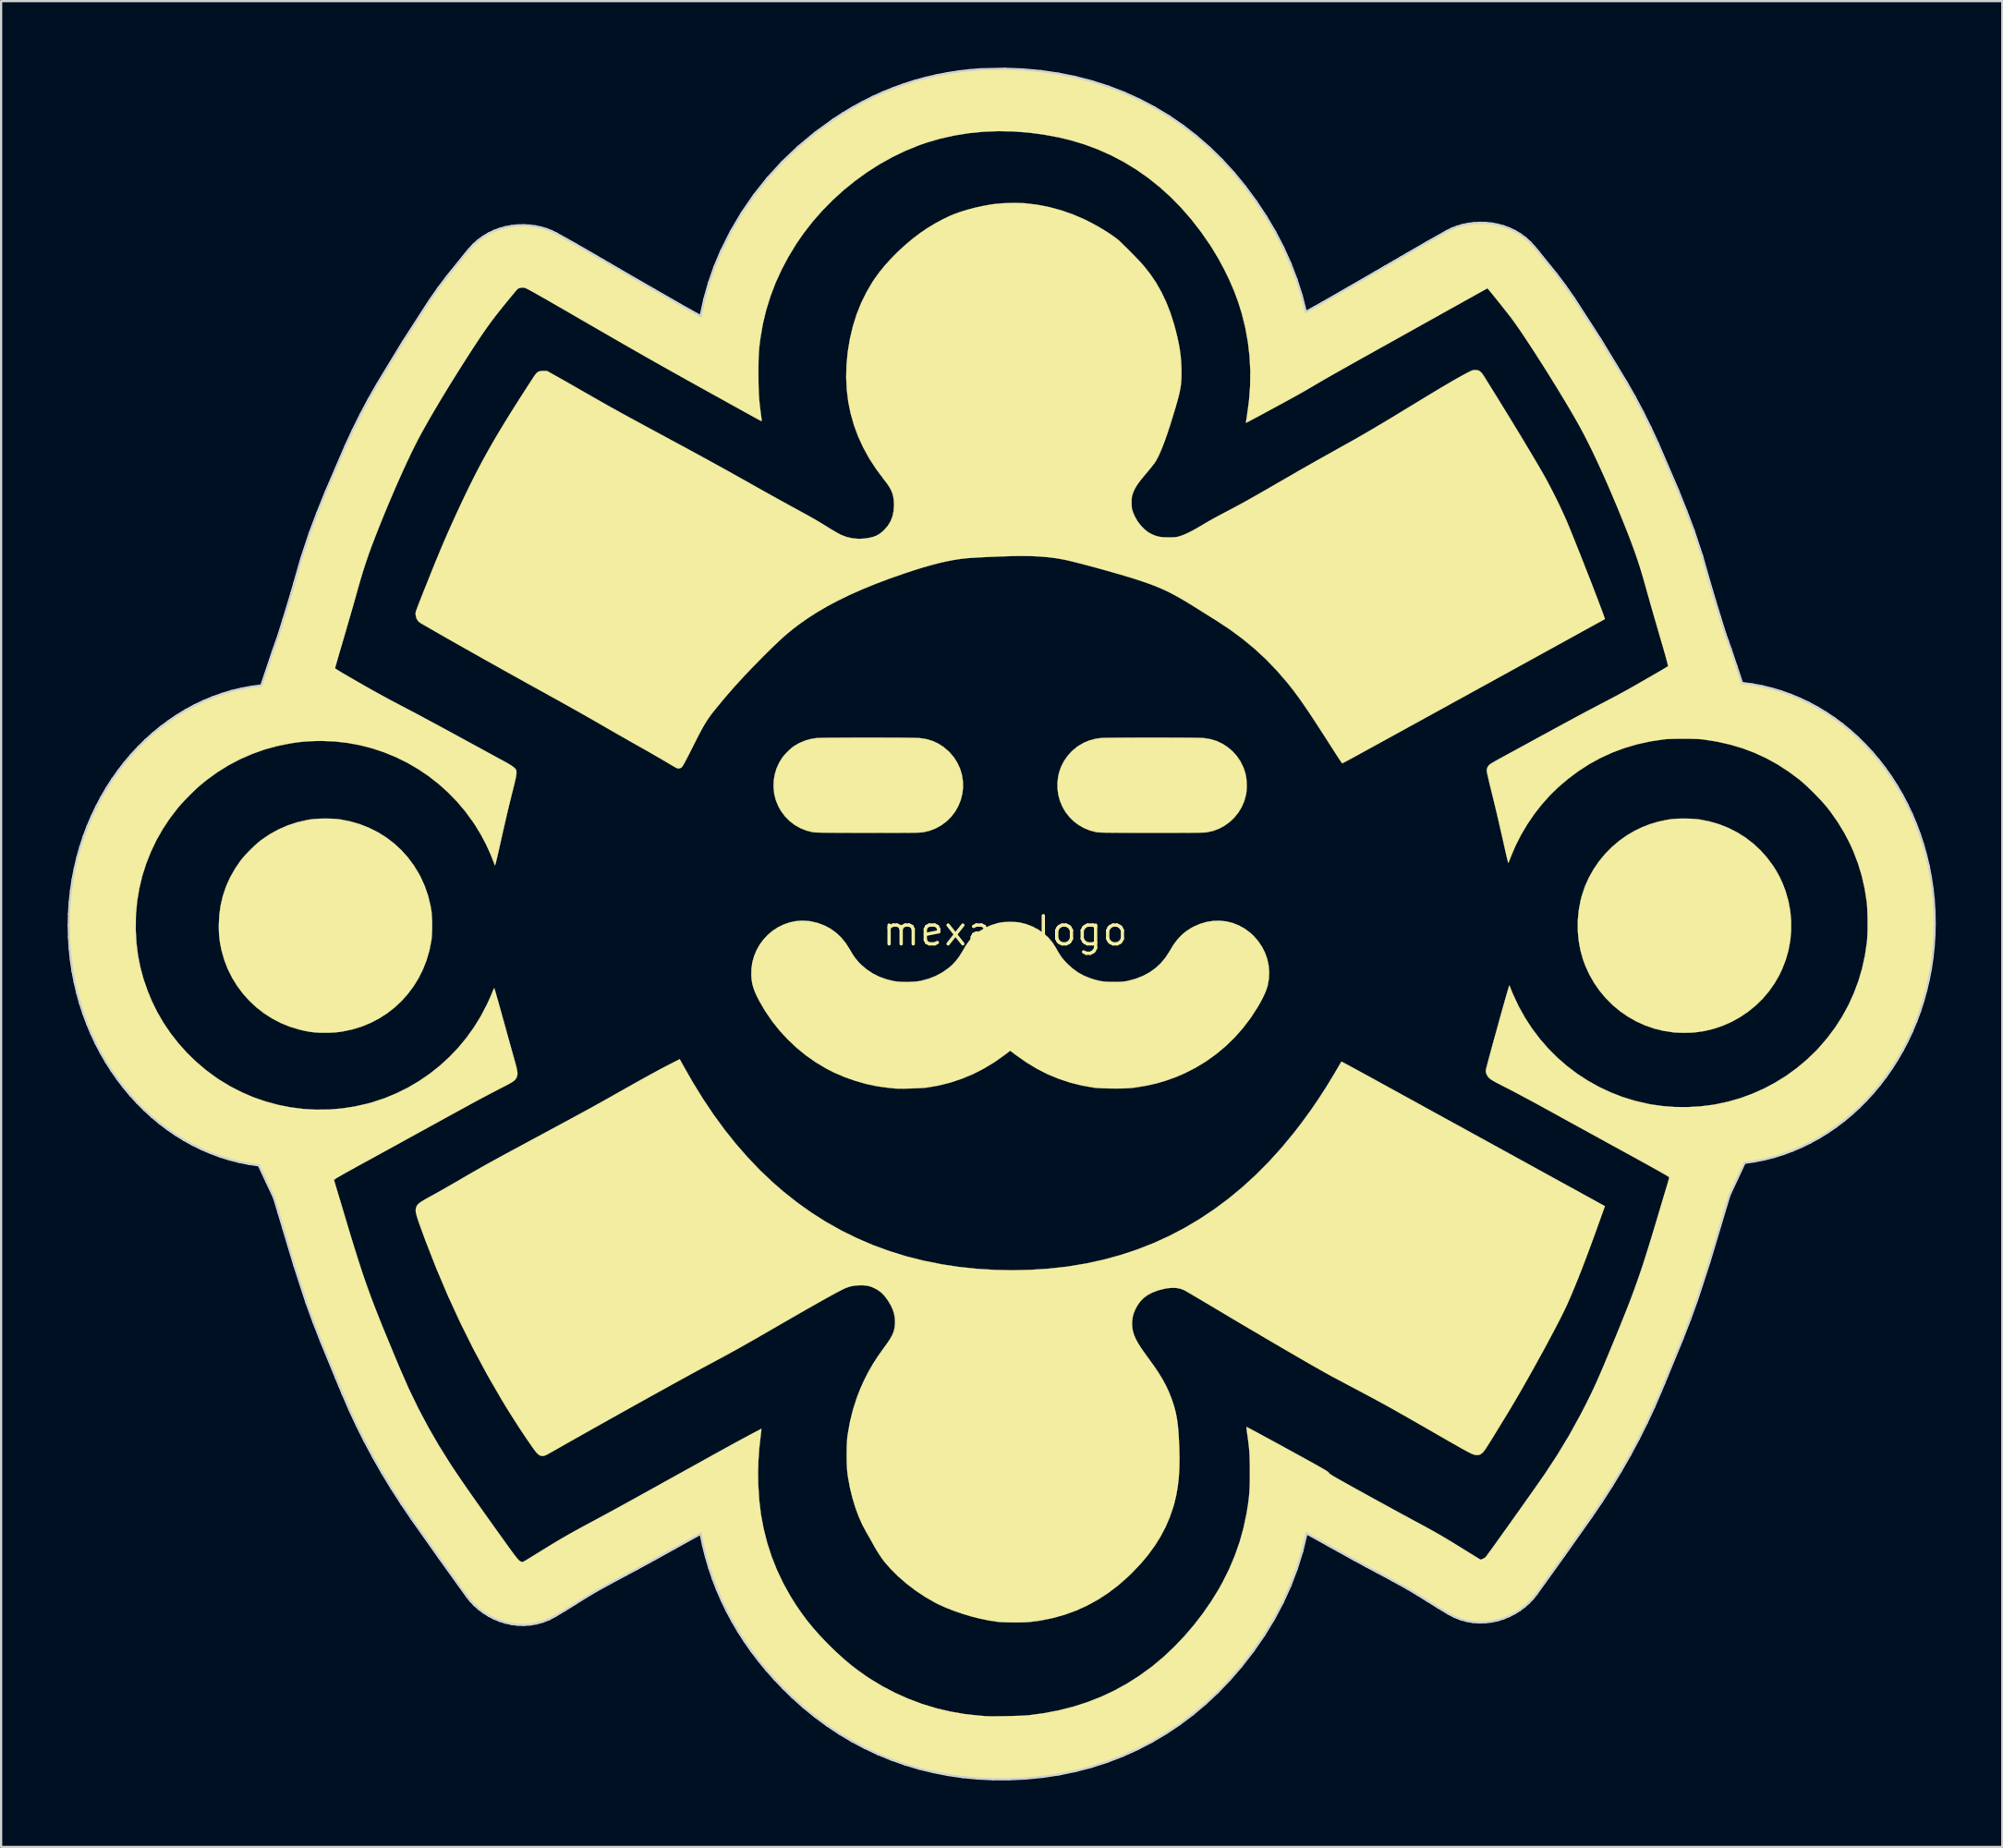
<source format=kicad_pcb>
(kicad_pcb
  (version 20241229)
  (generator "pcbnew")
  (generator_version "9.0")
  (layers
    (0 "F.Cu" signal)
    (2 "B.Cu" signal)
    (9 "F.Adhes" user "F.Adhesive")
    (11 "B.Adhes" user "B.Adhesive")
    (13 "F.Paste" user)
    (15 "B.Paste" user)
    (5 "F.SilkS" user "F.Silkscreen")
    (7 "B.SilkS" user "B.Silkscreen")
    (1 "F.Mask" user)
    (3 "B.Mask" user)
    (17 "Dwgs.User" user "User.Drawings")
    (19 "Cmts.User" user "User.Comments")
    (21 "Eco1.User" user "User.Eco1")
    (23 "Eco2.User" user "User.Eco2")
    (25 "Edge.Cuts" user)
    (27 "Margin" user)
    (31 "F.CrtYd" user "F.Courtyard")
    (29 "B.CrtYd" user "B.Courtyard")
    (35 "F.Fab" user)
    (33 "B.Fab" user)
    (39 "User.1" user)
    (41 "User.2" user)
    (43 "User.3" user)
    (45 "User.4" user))
  (footprint "mexas_logo"
    (layer "F.Cu")
    (at 42.273 38.927)
    (property "Reference" "mexas_logo" (at 0 0 0) (layer "F.SilkS") (effects (font (size 1.27 1.27) (thickness 0.15))))
    (attr through_hole)
    (fp_poly (pts (xy 30.868 -5.064) (xy 31.048 -5.055) (xy 31.206 -5.043) (xy 31.305 -5.031) (xy 31.758 -4.942) (xy 32.194 -4.815) (xy 32.611 -4.651) (xy 33.007 -4.451) (xy 33.382 -4.216) (xy 33.733 -3.946) (xy 34.059 -3.644) (xy 34.359 -3.309) (xy 34.63 -2.943) (xy 34.751 -2.755) (xy 34.917 -2.461) (xy 35.06 -2.154) (xy 35.187 -1.82) (xy 35.201 -1.777) (xy 35.324 -1.343) (xy 35.406 -0.902) (xy 35.447 -0.459) (xy 35.447 -0.014) (xy 35.407 0.428) (xy 35.326 0.865) (xy 35.205 1.295) (xy 35.043 1.714) (xy 34.919 1.977) (xy 34.7 2.359) (xy 34.448 2.718) (xy 34.165 3.05) (xy 33.854 3.355) (xy 33.517 3.631) (xy 33.157 3.876) (xy 32.776 4.088) (xy 32.378 4.265) (xy 31.964 4.407) (xy 31.537 4.51) (xy 31.118 4.571) (xy 30.97 4.582) (xy 30.795 4.588) (xy 30.607 4.59) (xy 30.42 4.587) (xy 30.249 4.579) (xy 30.131 4.57) (xy 29.693 4.504) (xy 29.268 4.399) (xy 28.857 4.256) (xy 28.463 4.077) (xy 28.087 3.864) (xy 27.732 3.619) (xy 27.401 3.343) (xy 27.094 3.038) (xy 26.815 2.706) (xy 26.566 2.349) (xy 26.348 1.969) (xy 26.164 1.566) (xy 26.056 1.27) (xy 25.939 0.848) (xy 25.862 0.414) (xy 25.824 -0.027) (xy 25.825 -0.473) (xy 25.866 -0.918) (xy 25.947 -1.36) (xy 26.008 -1.598) (xy 26.145 -2.006) (xy 26.321 -2.4) (xy 26.533 -2.778) (xy 26.778 -3.137) (xy 27.055 -3.474) (xy 27.361 -3.785) (xy 27.694 -4.069) (xy 28.051 -4.321) (xy 28.386 -4.517) (xy 28.727 -4.681) (xy 29.071 -4.815) (xy 29.43 -4.923) (xy 29.812 -5.006) (xy 30.025 -5.041) (xy 30.152 -5.054) (xy 30.31 -5.063) (xy 30.489 -5.068) (xy 30.679 -5.068) (xy 30.868 -5.064)) (stroke (width 0.01) (type solid)) (fill yes) (layer "F.SilkS"))
    (fp_poly (pts (xy -30.337 -5.062) (xy -30.144 -5.05) (xy -29.98 -5.031) (xy -29.972 -5.03) (xy -29.518 -4.939) (xy -29.082 -4.811) (xy -28.665 -4.646) (xy -28.269 -4.446) (xy -27.896 -4.212) (xy -27.547 -3.945) (xy -27.224 -3.646) (xy -26.928 -3.316) (xy -26.662 -2.957) (xy -26.425 -2.569) (xy -26.346 -2.419) (xy -26.164 -2.013) (xy -26.019 -1.591) (xy -25.912 -1.149) (xy -25.873 -0.931) (xy -25.855 -0.772) (xy -25.842 -0.583) (xy -25.835 -0.375) (xy -25.835 -0.161) (xy -25.84 0.05) (xy -25.851 0.244) (xy -25.868 0.411) (xy -25.873 0.445) (xy -25.963 0.893) (xy -26.09 1.324) (xy -26.252 1.736) (xy -26.448 2.128) (xy -26.675 2.497) (xy -26.933 2.841) (xy -27.219 3.16) (xy -27.532 3.452) (xy -27.87 3.714) (xy -28.231 3.946) (xy -28.614 4.145) (xy -29.016 4.31) (xy -29.437 4.439) (xy -29.874 4.531) (xy -30.095 4.562) (xy -30.27 4.577) (xy -30.471 4.586) (xy -30.683 4.589) (xy -30.889 4.586) (xy -31.076 4.576) (xy -31.147 4.57) (xy -31.303 4.552) (xy -31.45 4.528) (xy -31.605 4.497) (xy -31.78 4.456) (xy -31.845 4.44) (xy -32.267 4.311) (xy -32.671 4.145) (xy -33.056 3.944) (xy -33.421 3.709) (xy -33.762 3.444) (xy -34.077 3.149) (xy -34.366 2.828) (xy -34.625 2.482) (xy -34.853 2.114) (xy -35.048 1.725) (xy -35.207 1.318) (xy -35.328 0.895) (xy -35.355 0.772) (xy -35.395 0.568) (xy -35.423 0.38) (xy -35.442 0.195) (xy -35.452 -0.003) (xy -35.456 -0.226) (xy -35.456 -0.257) (xy -35.435 -0.712) (xy -35.375 -1.154) (xy -35.274 -1.583) (xy -35.133 -2.001) (xy -34.952 -2.407) (xy -34.729 -2.802) (xy -34.476 -3.173) (xy -34.379 -3.293) (xy -34.258 -3.431) (xy -34.119 -3.578) (xy -33.971 -3.726) (xy -33.823 -3.866) (xy -33.682 -3.991) (xy -33.557 -4.092) (xy -33.547 -4.1) (xy -33.168 -4.358) (xy -32.772 -4.577) (xy -32.358 -4.758) (xy -31.926 -4.901) (xy -31.478 -5.004) (xy -31.326 -5.03) (xy -31.164 -5.049) (xy -30.973 -5.062) (xy -30.763 -5.068) (xy -30.547 -5.068) (xy -30.337 -5.062)) (stroke (width 0.01) (type solid)) (fill yes) (layer "F.SilkS"))
    (fp_poly (pts (xy 7.046 -8.72) (xy 7.321 -8.719) (xy 7.587 -8.718) (xy 7.84 -8.717) (xy 8.077 -8.716) (xy 8.293 -8.714) (xy 8.486 -8.712) (xy 8.651 -8.709) (xy 8.784 -8.706) (xy 8.883 -8.703) (xy 8.943 -8.7) (xy 9.245 -8.654) (xy 9.527 -8.571) (xy 9.79 -8.45) (xy 10.036 -8.291) (xy 10.248 -8.111) (xy 10.447 -7.894) (xy 10.611 -7.654) (xy 10.743 -7.387) (xy 10.828 -7.144) (xy 10.867 -6.968) (xy 10.891 -6.768) (xy 10.9 -6.556) (xy 10.892 -6.35) (xy 10.868 -6.162) (xy 10.863 -6.138) (xy 10.784 -5.853) (xy 10.668 -5.586) (xy 10.519 -5.339) (xy 10.339 -5.116) (xy 10.133 -4.919) (xy 9.903 -4.751) (xy 9.651 -4.615) (xy 9.381 -4.514) (xy 9.097 -4.45) (xy 9.073 -4.447) (xy 9.02 -4.442) (xy 8.927 -4.439) (xy 8.794 -4.435) (xy 8.62 -4.433) (xy 8.404 -4.43) (xy 8.148 -4.428) (xy 7.85 -4.427) (xy 7.51 -4.426) (xy 7.128 -4.426) (xy 6.705 -4.426) (xy 6.597 -4.426) (xy 6.221 -4.426) (xy 5.884 -4.427) (xy 5.585 -4.427) (xy 5.322 -4.428) (xy 5.091 -4.43) (xy 4.892 -4.431) (xy 4.721 -4.433) (xy 4.576 -4.435) (xy 4.455 -4.437) (xy 4.356 -4.44) (xy 4.276 -4.444) (xy 4.213 -4.447) (xy 4.165 -4.451) (xy 4.129 -4.456) (xy 4.122 -4.457) (xy 3.833 -4.53) (xy 3.564 -4.638) (xy 3.317 -4.778) (xy 3.094 -4.947) (xy 2.897 -5.142) (xy 2.727 -5.36) (xy 2.587 -5.598) (xy 2.479 -5.854) (xy 2.403 -6.123) (xy 2.363 -6.403) (xy 2.36 -6.691) (xy 2.397 -6.984) (xy 2.436 -7.152) (xy 2.529 -7.417) (xy 2.66 -7.669) (xy 2.825 -7.904) (xy 3.02 -8.117) (xy 3.241 -8.302) (xy 3.308 -8.348) (xy 3.552 -8.49) (xy 3.805 -8.595) (xy 4.074 -8.665) (xy 4.314 -8.699) (xy 4.373 -8.703) (xy 4.471 -8.706) (xy 4.604 -8.709) (xy 4.768 -8.711) (xy 4.959 -8.714) (xy 5.175 -8.715) (xy 5.411 -8.717) (xy 5.663 -8.718) (xy 5.929 -8.719) (xy 6.204 -8.72) (xy 6.484 -8.72) (xy 6.766 -8.72) (xy 7.046 -8.72)) (stroke (width 0.01) (type solid)) (fill yes) (layer "F.SilkS"))
    (fp_poly (pts (xy -5.758 -8.72) (xy -5.483 -8.719) (xy -5.217 -8.718) (xy -4.964 -8.717) (xy -4.727 -8.716) (xy -4.511 -8.714) (xy -4.318 -8.711) (xy -4.153 -8.709) (xy -4.019 -8.706) (xy -3.92 -8.703) (xy -3.861 -8.699) (xy -3.558 -8.654) (xy -3.276 -8.571) (xy -3.013 -8.45) (xy -2.768 -8.292) (xy -2.539 -8.095) (xy -2.495 -8.051) (xy -2.303 -7.824) (xy -2.148 -7.577) (xy -2.028 -7.314) (xy -1.946 -7.04) (xy -1.902 -6.757) (xy -1.896 -6.47) (xy -1.929 -6.183) (xy -2.002 -5.899) (xy -2.107 -5.638) (xy -2.255 -5.377) (xy -2.435 -5.144) (xy -2.643 -4.939) (xy -2.877 -4.765) (xy -3.135 -4.624) (xy -3.411 -4.518) (xy -3.675 -4.456) (xy -3.709 -4.451) (xy -3.751 -4.446) (xy -3.803 -4.442) (xy -3.869 -4.439) (xy -3.949 -4.436) (xy -4.048 -4.433) (xy -4.166 -4.431) (xy -4.307 -4.429) (xy -4.473 -4.428) (xy -4.666 -4.427) (xy -4.889 -4.426) (xy -5.144 -4.426) (xy -5.435 -4.425) (xy -5.762 -4.425) (xy -6.128 -4.426) (xy -6.189 -4.426) (xy -6.575 -4.426) (xy -6.92 -4.427) (xy -7.228 -4.428) (xy -7.499 -4.429) (xy -7.736 -4.43) (xy -7.942 -4.432) (xy -8.117 -4.434) (xy -8.265 -4.436) (xy -8.387 -4.439) (xy -8.485 -4.442) (xy -8.562 -4.445) (xy -8.62 -4.449) (xy -8.66 -4.453) (xy -8.671 -4.455) (xy -8.964 -4.529) (xy -9.239 -4.64) (xy -9.494 -4.786) (xy -9.726 -4.965) (xy -9.931 -5.175) (xy -10.107 -5.412) (xy -10.233 -5.638) (xy -10.342 -5.909) (xy -10.411 -6.191) (xy -10.441 -6.479) (xy -10.434 -6.769) (xy -10.388 -7.054) (xy -10.305 -7.332) (xy -10.185 -7.596) (xy -10.046 -7.819) (xy -9.972 -7.911) (xy -9.875 -8.017) (xy -9.768 -8.125) (xy -9.659 -8.226) (xy -9.56 -8.308) (xy -9.519 -8.338) (xy -9.275 -8.479) (xy -9.007 -8.589) (xy -8.724 -8.665) (xy -8.492 -8.699) (xy -8.433 -8.703) (xy -8.335 -8.706) (xy -8.202 -8.709) (xy -8.038 -8.711) (xy -7.846 -8.714) (xy -7.63 -8.715) (xy -7.394 -8.717) (xy -7.142 -8.718) (xy -6.876 -8.719) (xy -6.601 -8.72) (xy -6.321 -8.72) (xy -6.039 -8.72) (xy -5.758 -8.72)) (stroke (width 0.01) (type solid)) (fill yes) (layer "F.SilkS"))
    (fp_poly (pts (xy -8.854 -0.448) (xy -8.767 -0.436) (xy -8.448 -0.362) (xy -8.151 -0.252) (xy -7.875 -0.106) (xy -7.622 0.076) (xy -7.392 0.293) (xy -7.186 0.544) (xy -7.003 0.831) (xy -6.993 0.849) (xy -6.874 1.051) (xy -6.755 1.224) (xy -6.625 1.38) (xy -6.491 1.518) (xy -6.241 1.732) (xy -5.969 1.912) (xy -5.672 2.061) (xy -5.349 2.177) (xy -5.026 2.258) (xy -4.888 2.278) (xy -4.72 2.292) (xy -4.533 2.298) (xy -4.339 2.297) (xy -4.148 2.289) (xy -3.973 2.275) (xy -3.825 2.253) (xy -3.795 2.247) (xy -3.446 2.152) (xy -3.12 2.023) (xy -2.819 1.86) (xy -2.543 1.664) (xy -2.391 1.531) (xy -2.224 1.355) (xy -2.071 1.155) (xy -1.926 0.924) (xy -1.894 0.868) (xy -1.776 0.665) (xy -1.659 0.495) (xy -1.538 0.347) (xy -1.419 0.226) (xy -1.178 0.027) (xy -0.913 -0.137) (xy -0.627 -0.265) (xy -0.321 -0.357) (xy -0.191 -0.383) (xy -0.067 -0.399) (xy 0.085 -0.408) (xy 0.249 -0.41) (xy 0.412 -0.406) (xy 0.559 -0.396) (xy 0.656 -0.383) (xy 0.95 -0.311) (xy 1.231 -0.204) (xy 1.494 -0.065) (xy 1.736 0.103) (xy 1.951 0.297) (xy 2.135 0.515) (xy 2.266 0.718) (xy 2.358 0.879) (xy 2.436 1.011) (xy 2.507 1.12) (xy 2.575 1.215) (xy 2.647 1.303) (xy 2.729 1.393) (xy 2.805 1.472) (xy 3.042 1.689) (xy 3.289 1.868) (xy 3.555 2.014) (xy 3.847 2.132) (xy 3.917 2.155) (xy 4.077 2.204) (xy 4.221 2.24) (xy 4.357 2.266) (xy 4.498 2.283) (xy 4.654 2.292) (xy 4.838 2.295) (xy 4.911 2.295) (xy 5.068 2.294) (xy 5.193 2.291) (xy 5.294 2.285) (xy 5.382 2.276) (xy 5.466 2.263) (xy 5.539 2.248) (xy 5.89 2.153) (xy 6.214 2.025) (xy 6.51 1.866) (xy 6.779 1.676) (xy 7.019 1.454) (xy 7.231 1.201) (xy 7.414 0.917) (xy 7.421 0.905) (xy 7.584 0.636) (xy 7.754 0.404) (xy 7.936 0.205) (xy 8.134 0.034) (xy 8.354 -0.114) (xy 8.499 -0.194) (xy 8.791 -0.322) (xy 9.089 -0.409) (xy 9.388 -0.456) (xy 9.687 -0.463) (xy 9.981 -0.431) (xy 10.268 -0.36) (xy 10.546 -0.25) (xy 10.81 -0.103) (xy 11.058 0.082) (xy 11.198 0.211) (xy 11.407 0.448) (xy 11.581 0.704) (xy 11.72 0.977) (xy 11.821 1.263) (xy 11.885 1.558) (xy 11.91 1.859) (xy 11.895 2.162) (xy 11.84 2.463) (xy 11.822 2.529) (xy 11.762 2.702) (xy 11.676 2.901) (xy 11.564 3.124) (xy 11.43 3.365) (xy 11.371 3.464) (xy 11.06 3.94) (xy 10.718 4.387) (xy 10.347 4.806) (xy 9.948 5.193) (xy 9.522 5.549) (xy 9.072 5.872) (xy 8.597 6.161) (xy 8.1 6.415) (xy 7.694 6.589) (xy 7.272 6.741) (xy 6.846 6.867) (xy 6.404 6.968) (xy 5.938 7.047) (xy 5.736 7.074) (xy 5.616 7.085) (xy 5.463 7.093) (xy 5.284 7.099) (xy 5.089 7.102) (xy 4.885 7.102) (xy 4.681 7.099) (xy 4.485 7.094) (xy 4.304 7.087) (xy 4.148 7.077) (xy 4.024 7.065) (xy 4.004 7.063) (xy 3.453 6.965) (xy 2.923 6.832) (xy 2.41 6.662) (xy 1.913 6.455) (xy 1.429 6.209) (xy 0.956 5.922) (xy 0.491 5.595) (xy 0.449 5.564) (xy 0.232 5.398) (xy 0.005 5.571) (xy -0.466 5.905) (xy -0.95 6.199) (xy -1.445 6.452) (xy -1.953 6.664) (xy -2.474 6.837) (xy -3.009 6.97) (xy -3.535 7.06) (xy -3.623 7.069) (xy -3.743 7.078) (xy -3.887 7.086) (xy -4.047 7.093) (xy -4.217 7.099) (xy -4.387 7.103) (xy -4.551 7.106) (xy -4.7 7.107) (xy -4.828 7.106) (xy -4.927 7.103) (xy -4.974 7.1) (xy -5.026 7.094) (xy -5.107 7.086) (xy -5.206 7.075) (xy -5.281 7.068) (xy -5.771 7) (xy -6.267 6.895) (xy -6.762 6.755) (xy -7.247 6.583) (xy -7.713 6.382) (xy -8.054 6.209) (xy -8.522 5.931) (xy -8.971 5.617) (xy -9.396 5.271) (xy -9.796 4.894) (xy -10.169 4.49) (xy -10.51 4.062) (xy -10.818 3.612) (xy -11.091 3.143) (xy -11.177 2.975) (xy -11.275 2.764) (xy -11.347 2.573) (xy -11.397 2.388) (xy -11.429 2.199) (xy -11.444 2) (xy -11.438 1.695) (xy -11.394 1.4) (xy -11.314 1.119) (xy -11.202 0.852) (xy -11.059 0.603) (xy -10.889 0.374) (xy -10.694 0.168) (xy -10.477 -0.014) (xy -10.24 -0.168) (xy -9.986 -0.293) (xy -9.718 -0.386) (xy -9.438 -0.444) (xy -9.149 -0.466) (xy -8.854 -0.448)) (stroke (width 0.01) (type solid)) (fill yes) (layer "F.SilkS"))
    (fp_poly (pts (xy -14.529 6.038) (xy -14.08 6.826) (xy -13.617 7.575) (xy -13.14 8.286) (xy -12.647 8.96) (xy -12.137 9.598) (xy -11.611 10.201) (xy -11.066 10.771) (xy -10.502 11.308) (xy -10.012 11.735) (xy -9.385 12.233) (xy -8.739 12.694) (xy -8.073 13.117) (xy -7.387 13.502) (xy -6.681 13.85) (xy -5.956 14.161) (xy -5.211 14.434) (xy -4.446 14.67) (xy -3.663 14.868) (xy -2.859 15.028) (xy -2.095 15.144) (xy -1.289 15.229) (xy -0.473 15.28) (xy 0.347 15.296) (xy 1.164 15.277) (xy 1.97 15.224) (xy 2.759 15.137) (xy 2.858 15.123) (xy 3.66 14.99) (xy 4.444 14.818) (xy 5.21 14.608) (xy 5.959 14.36) (xy 6.689 14.074) (xy 7.402 13.749) (xy 8.097 13.386) (xy 8.775 12.984) (xy 9.434 12.544) (xy 10.077 12.066) (xy 10.701 11.549) (xy 11.309 10.993) (xy 11.899 10.399) (xy 12.471 9.767) (xy 13.026 9.096) (xy 13.356 8.668) (xy 13.753 8.125) (xy 14.125 7.584) (xy 14.482 7.033) (xy 14.833 6.456) (xy 14.906 6.331) (xy 14.977 6.209) (xy 15.042 6.099) (xy 15.096 6.007) (xy 15.136 5.938) (xy 15.161 5.897) (xy 15.167 5.888) (xy 15.186 5.897) (xy 15.239 5.924) (xy 15.323 5.969) (xy 15.436 6.029) (xy 15.574 6.104) (xy 15.734 6.191) (xy 15.913 6.288) (xy 16.109 6.395) (xy 16.318 6.51) (xy 16.492 6.605) (xy 16.654 6.694) (xy 16.85 6.802) (xy 17.08 6.928) (xy 17.339 7.071) (xy 17.627 7.229) (xy 17.941 7.401) (xy 18.279 7.587) (xy 18.639 7.785) (xy 19.018 7.993) (xy 19.414 8.211) (xy 19.825 8.437) (xy 20.249 8.67) (xy 20.684 8.908) (xy 21.127 9.152) (xy 21.576 9.399) (xy 22.03 9.648) (xy 22.485 9.898) (xy 22.94 10.148) (xy 23.392 10.397) (xy 23.839 10.643) (xy 24.279 10.885) (xy 24.71 11.121) (xy 25.13 11.352) (xy 25.536 11.575) (xy 25.838 11.741) (xy 27.048 12.407) (xy 27.02 12.485) (xy 27.005 12.526) (xy 26.978 12.601) (xy 26.942 12.703) (xy 26.898 12.824) (xy 26.851 12.958) (xy 26.822 13.039) (xy 26.608 13.634) (xy 26.403 14.194) (xy 26.207 14.72) (xy 26.02 15.21) (xy 25.842 15.662) (xy 25.674 16.077) (xy 25.516 16.453) (xy 25.369 16.789) (xy 25.337 16.859) (xy 25.253 17.039) (xy 25.149 17.252) (xy 25.028 17.493) (xy 24.891 17.759) (xy 24.74 18.047) (xy 24.578 18.352) (xy 24.407 18.672) (xy 24.228 19.001) (xy 24.043 19.337) (xy 23.856 19.675) (xy 23.667 20.013) (xy 23.48 20.345) (xy 23.295 20.669) (xy 23.115 20.981) (xy 22.942 21.276) (xy 22.778 21.552) (xy 22.659 21.748) (xy 22.485 22.033) (xy 22.332 22.284) (xy 22.198 22.503) (xy 22.081 22.693) (xy 21.981 22.857) (xy 21.895 22.995) (xy 21.822 23.111) (xy 21.761 23.208) (xy 21.71 23.286) (xy 21.668 23.35) (xy 21.633 23.4) (xy 21.604 23.439) (xy 21.579 23.47) (xy 21.557 23.495) (xy 21.537 23.516) (xy 21.516 23.536) (xy 21.51 23.541) (xy 21.421 23.604) (xy 21.326 23.632) (xy 21.218 23.627) (xy 21.15 23.611) (xy 21.118 23.601) (xy 21.084 23.589) (xy 21.045 23.572) (xy 20.997 23.55) (xy 20.939 23.522) (xy 20.869 23.485) (xy 20.783 23.439) (xy 20.679 23.382) (xy 20.556 23.313) (xy 20.409 23.23) (xy 20.238 23.133) (xy 20.039 23.02) (xy 19.811 22.889) (xy 19.55 22.739) (xy 19.334 22.615) (xy 18.992 22.418) (xy 18.683 22.241) (xy 18.403 22.081) (xy 18.148 21.935) (xy 17.915 21.803) (xy 17.701 21.681) (xy 17.5 21.568) (xy 17.31 21.462) (xy 17.126 21.36) (xy 16.945 21.261) (xy 16.764 21.162) (xy 16.578 21.062) (xy 16.383 20.958) (xy 16.177 20.848) (xy 15.955 20.73) (xy 15.713 20.602) (xy 15.6 20.542) (xy 15.42 20.447) (xy 15.24 20.351) (xy 15.064 20.257) (xy 14.9 20.17) (xy 14.754 20.092) (xy 14.633 20.026) (xy 14.543 19.977) (xy 14.541 19.976) (xy 14.378 19.885) (xy 14.182 19.775) (xy 13.955 19.645) (xy 13.699 19.499) (xy 13.418 19.337) (xy 13.115 19.162) (xy 12.792 18.974) (xy 12.452 18.776) (xy 12.098 18.568) (xy 11.731 18.354) (xy 11.357 18.133) (xy 10.976 17.909) (xy 10.591 17.682) (xy 10.206 17.454) (xy 9.824 17.226) (xy 9.461 17.01) (xy 9.246 16.882) (xy 9.038 16.758) (xy 8.842 16.642) (xy 8.66 16.534) (xy 8.496 16.438) (xy 8.354 16.354) (xy 8.235 16.285) (xy 8.145 16.233) (xy 8.085 16.199) (xy 8.065 16.188) (xy 7.897 16.126) (xy 7.703 16.093) (xy 7.488 16.09) (xy 7.254 16.117) (xy 7.006 16.174) (xy 6.87 16.215) (xy 6.632 16.307) (xy 6.43 16.413) (xy 6.258 16.538) (xy 6.111 16.686) (xy 5.983 16.862) (xy 5.889 17.029) (xy 5.805 17.222) (xy 5.753 17.409) (xy 5.73 17.603) (xy 5.727 17.695) (xy 5.733 17.839) (xy 5.751 17.977) (xy 5.784 18.116) (xy 5.833 18.258) (xy 5.901 18.408) (xy 5.989 18.571) (xy 6.099 18.749) (xy 6.234 18.948) (xy 6.395 19.172) (xy 6.477 19.283) (xy 6.716 19.613) (xy 6.924 19.923) (xy 7.105 20.22) (xy 7.26 20.509) (xy 7.394 20.796) (xy 7.509 21.087) (xy 7.608 21.386) (xy 7.656 21.553) (xy 7.697 21.719) (xy 7.732 21.889) (xy 7.762 22.068) (xy 7.787 22.262) (xy 7.808 22.477) (xy 7.826 22.717) (xy 7.841 22.989) (xy 7.854 23.297) (xy 7.865 23.784) (xy 7.857 24.237) (xy 7.831 24.661) (xy 7.785 25.059) (xy 7.72 25.437) (xy 7.634 25.799) (xy 7.585 25.971) (xy 7.428 26.428) (xy 7.238 26.87) (xy 7.014 27.298) (xy 6.753 27.715) (xy 6.456 28.123) (xy 6.12 28.525) (xy 5.743 28.921) (xy 5.548 29.111) (xy 5.114 29.494) (xy 4.663 29.838) (xy 4.196 30.144) (xy 3.711 30.41) (xy 3.21 30.638) (xy 2.691 30.827) (xy 2.156 30.977) (xy 1.604 31.089) (xy 1.092 31.156) (xy 0.97 31.165) (xy 0.818 31.171) (xy 0.644 31.174) (xy 0.457 31.176) (xy 0.266 31.174) (xy 0.082 31.171) (xy -0.087 31.165) (xy -0.232 31.157) (xy -0.34 31.147) (xy -0.716 31.09) (xy -1.109 31.01) (xy -1.509 30.91) (xy -1.908 30.791) (xy -2.298 30.658) (xy -2.667 30.513) (xy -3.009 30.358) (xy -3.175 30.274) (xy -3.614 30.021) (xy -4.039 29.737) (xy -4.444 29.428) (xy -4.823 29.098) (xy -5.17 28.752) (xy -5.411 28.479) (xy -5.494 28.372) (xy -5.59 28.238) (xy -5.69 28.088) (xy -5.789 27.932) (xy -5.878 27.781) (xy -5.937 27.675) (xy -5.994 27.57) (xy -6.065 27.443) (xy -6.142 27.308) (xy -6.217 27.179) (xy -6.238 27.143) (xy -6.428 26.792) (xy -6.6 26.406) (xy -6.754 25.992) (xy -6.886 25.555) (xy -6.997 25.1) (xy -7.082 24.632) (xy -7.104 24.479) (xy -7.12 24.33) (xy -7.132 24.148) (xy -7.14 23.943) (xy -7.144 23.724) (xy -7.144 23.5) (xy -7.14 23.281) (xy -7.132 23.077) (xy -7.12 22.895) (xy -7.104 22.746) (xy -7.104 22.744) (xy -7.002 22.157) (xy -6.86 21.581) (xy -6.678 21.019) (xy -6.527 20.633) (xy -6.357 20.253) (xy -6.172 19.89) (xy -5.968 19.534) (xy -5.738 19.177) (xy -5.478 18.81) (xy -5.421 18.733) (xy -5.285 18.544) (xy -5.177 18.377) (xy -5.094 18.226) (xy -5.034 18.085) (xy -4.995 17.945) (xy -4.972 17.801) (xy -4.964 17.647) (xy -4.964 17.621) (xy -4.975 17.43) (xy -5.007 17.251) (xy -5.063 17.075) (xy -5.147 16.893) (xy -5.261 16.698) (xy -5.304 16.633) (xy -5.435 16.456) (xy -5.572 16.314) (xy -5.724 16.199) (xy -5.841 16.131) (xy -5.985 16.063) (xy -6.119 16.016) (xy -6.257 15.988) (xy -6.412 15.975) (xy -6.53 15.974) (xy -6.755 15.986) (xy -6.957 16.021) (xy -7.151 16.084) (xy -7.26 16.131) (xy -7.359 16.179) (xy -7.493 16.249) (xy -7.661 16.338) (xy -7.86 16.447) (xy -8.089 16.573) (xy -8.346 16.717) (xy -8.631 16.878) (xy -8.94 17.054) (xy -9.274 17.244) (xy -9.63 17.449) (xy -10.006 17.666) (xy -10.067 17.701) (xy -10.403 17.895) (xy -10.707 18.071) (xy -10.982 18.229) (xy -11.232 18.373) (xy -11.462 18.504) (xy -11.675 18.625) (xy -11.875 18.738) (xy -12.066 18.845) (xy -12.253 18.948) (xy -12.438 19.05) (xy -12.627 19.153) (xy -12.822 19.259) (xy -13.029 19.37) (xy -13.251 19.489) (xy -13.42 19.58) (xy -13.619 19.687) (xy -13.852 19.813) (xy -14.116 19.956) (xy -14.407 20.116) (xy -14.723 20.289) (xy -15.06 20.475) (xy -15.415 20.671) (xy -15.785 20.876) (xy -16.167 21.088) (xy -16.558 21.305) (xy -16.955 21.527) (xy -17.355 21.75) (xy -17.754 21.973) (xy -18.15 22.195) (xy -18.539 22.413) (xy -18.919 22.627) (xy -19.286 22.834) (xy -19.637 23.032) (xy -19.968 23.22) (xy -20.098 23.294) (xy -20.237 23.373) (xy -20.367 23.446) (xy -20.482 23.511) (xy -20.578 23.565) (xy -20.648 23.604) (xy -20.687 23.625) (xy -20.69 23.627) (xy -20.8 23.667) (xy -20.899 23.672) (xy -20.992 23.64) (xy -21.085 23.57) (xy -21.181 23.459) (xy -21.181 23.458) (xy -21.291 23.309) (xy -21.418 23.128) (xy -21.56 22.921) (xy -21.713 22.693) (xy -21.875 22.449) (xy -22.04 22.194) (xy -22.207 21.933) (xy -22.372 21.672) (xy -22.531 21.415) (xy -22.681 21.168) (xy -22.695 21.145) (xy -23.348 20.016) (xy -23.969 18.861) (xy -24.559 17.678) (xy -25.116 16.468) (xy -25.642 15.23) (xy -26.137 13.965) (xy -26.405 13.229) (xy -26.467 13.052) (xy -26.514 12.909) (xy -26.547 12.793) (xy -26.568 12.701) (xy -26.578 12.625) (xy -26.577 12.561) (xy -26.568 12.504) (xy -26.565 12.49) (xy -26.548 12.439) (xy -26.527 12.392) (xy -26.497 12.348) (xy -26.454 12.302) (xy -26.395 12.254) (xy -26.316 12.199) (xy -26.215 12.136) (xy -26.086 12.061) (xy -25.927 11.973) (xy -25.735 11.868) (xy -25.631 11.81) (xy -25.497 11.735) (xy -25.34 11.646) (xy -25.166 11.547) (xy -24.983 11.442) (xy -24.797 11.335) (xy -24.615 11.23) (xy -24.603 11.222) (xy -24.436 11.125) (xy -24.283 11.036) (xy -24.14 10.953) (xy -24.005 10.875) (xy -23.875 10.8) (xy -23.748 10.728) (xy -23.621 10.656) (xy -23.491 10.583) (xy -23.356 10.507) (xy -23.212 10.428) (xy -23.059 10.343) (xy -22.892 10.252) (xy -22.709 10.152) (xy -22.507 10.043) (xy -22.285 9.922) (xy -22.038 9.789) (xy -21.765 9.642) (xy -21.463 9.479) (xy -21.129 9.299) (xy -20.761 9.101) (xy -20.728 9.083) (xy -20.4 8.907) (xy -20.105 8.748) (xy -19.84 8.605) (xy -19.601 8.476) (xy -19.385 8.359) (xy -19.186 8.251) (xy -19.003 8.151) (xy -18.83 8.057) (xy -18.665 7.966) (xy -18.503 7.876) (xy -18.34 7.786) (xy -18.173 7.693) (xy -17.999 7.595) (xy -17.812 7.49) (xy -17.61 7.376) (xy -17.389 7.251) (xy -17.367 7.239) (xy -17.038 7.054) (xy -16.742 6.887) (xy -16.474 6.738) (xy -16.23 6.602) (xy -16.006 6.479) (xy -15.798 6.366) (xy -15.602 6.26) (xy -15.413 6.16) (xy -15.228 6.063) (xy -15.042 5.967) (xy -14.851 5.87) (xy -14.76 5.824) (xy -14.671 5.779) (xy -14.529 6.038)) (stroke (width 0.01) (type solid)) (fill yes) (layer "F.SilkS"))
    (fp_poly (pts (xy 0.657 -32.823) (xy 0.865 -32.814) (xy 0.918 -32.81) (xy 1.45 -32.746) (xy 1.984 -32.642) (xy 2.516 -32.499) (xy 3.04 -32.317) (xy 3.552 -32.098) (xy 3.746 -32.004) (xy 3.979 -31.882) (xy 4.216 -31.75) (xy 4.449 -31.612) (xy 4.669 -31.473) (xy 4.867 -31.339) (xy 5.035 -31.215) (xy 5.048 -31.205) (xy 5.113 -31.15) (xy 5.201 -31.069) (xy 5.308 -30.967) (xy 5.429 -30.849) (xy 5.56 -30.72) (xy 5.694 -30.585) (xy 5.828 -30.448) (xy 5.955 -30.315) (xy 6.073 -30.191) (xy 6.174 -30.08) (xy 6.253 -29.991) (xy 6.548 -29.618) (xy 6.815 -29.223) (xy 7.053 -28.803) (xy 7.265 -28.356) (xy 7.453 -27.878) (xy 7.616 -27.369) (xy 7.691 -27.093) (xy 7.77 -26.769) (xy 7.833 -26.474) (xy 7.881 -26.199) (xy 7.916 -25.933) (xy 7.939 -25.668) (xy 7.952 -25.395) (xy 7.953 -25.378) (xy 7.956 -25.169) (xy 7.954 -24.98) (xy 7.946 -24.806) (xy 7.929 -24.637) (xy 7.904 -24.467) (xy 7.869 -24.287) (xy 7.822 -24.092) (xy 7.764 -23.872) (xy 7.692 -23.621) (xy 7.683 -23.59) (xy 7.548 -23.145) (xy 7.421 -22.741) (xy 7.3 -22.378) (xy 7.186 -22.056) (xy 7.078 -21.776) (xy 6.977 -21.537) (xy 6.883 -21.34) (xy 6.796 -21.185) (xy 6.771 -21.146) (xy 6.719 -21.072) (xy 6.645 -20.976) (xy 6.557 -20.864) (xy 6.461 -20.746) (xy 6.364 -20.631) (xy 6.36 -20.627) (xy 6.208 -20.445) (xy 6.083 -20.288) (xy 5.982 -20.149) (xy 5.901 -20.025) (xy 5.838 -19.91) (xy 5.788 -19.799) (xy 5.77 -19.752) (xy 5.742 -19.668) (xy 5.723 -19.598) (xy 5.712 -19.53) (xy 5.707 -19.449) (xy 5.705 -19.342) (xy 5.706 -19.315) (xy 5.707 -19.2) (xy 5.712 -19.113) (xy 5.722 -19.041) (xy 5.74 -18.971) (xy 5.767 -18.887) (xy 5.772 -18.875) (xy 5.86 -18.672) (xy 5.976 -18.474) (xy 6.115 -18.291) (xy 6.269 -18.129) (xy 6.433 -17.996) (xy 6.552 -17.924) (xy 6.691 -17.857) (xy 6.823 -17.809) (xy 6.958 -17.776) (xy 7.109 -17.757) (xy 7.286 -17.749) (xy 7.366 -17.748) (xy 7.502 -17.749) (xy 7.606 -17.753) (xy 7.689 -17.76) (xy 7.761 -17.771) (xy 7.833 -17.789) (xy 7.863 -17.797) (xy 8.033 -17.856) (xy 8.23 -17.941) (xy 8.454 -18.055) (xy 8.707 -18.197) (xy 8.8 -18.251) (xy 8.965 -18.35) (xy 9.108 -18.434) (xy 9.237 -18.508) (xy 9.362 -18.578) (xy 9.491 -18.649) (xy 9.635 -18.727) (xy 9.803 -18.816) (xy 9.906 -18.87) (xy 10.068 -18.955) (xy 10.217 -19.034) (xy 10.357 -19.108) (xy 10.491 -19.18) (xy 10.623 -19.252) (xy 10.757 -19.325) (xy 10.895 -19.401) (xy 11.04 -19.483) (xy 11.198 -19.572) (xy 11.37 -19.669) (xy 11.56 -19.778) (xy 11.771 -19.899) (xy 12.008 -20.036) (xy 12.272 -20.189) (xy 12.569 -20.36) (xy 12.711 -20.442) (xy 12.884 -20.542) (xy 13.046 -20.635) (xy 13.199 -20.724) (xy 13.347 -20.809) (xy 13.494 -20.893) (xy 13.644 -20.978) (xy 13.801 -21.067) (xy 13.967 -21.161) (xy 14.147 -21.262) (xy 14.345 -21.373) (xy 14.564 -21.496) (xy 14.808 -21.632) (xy 15.081 -21.785) (xy 15.385 -21.955) (xy 15.473 -22.004) (xy 15.697 -22.129) (xy 15.922 -22.257) (xy 16.15 -22.388) (xy 16.387 -22.526) (xy 16.635 -22.672) (xy 16.9 -22.829) (xy 17.185 -22.999) (xy 17.494 -23.185) (xy 17.831 -23.389) (xy 18.161 -23.59) (xy 18.493 -23.792) (xy 18.791 -23.973) (xy 19.059 -24.136) (xy 19.3 -24.281) (xy 19.516 -24.411) (xy 19.71 -24.526) (xy 19.885 -24.63) (xy 20.044 -24.723) (xy 20.189 -24.808) (xy 20.325 -24.885) (xy 20.452 -24.957) (xy 20.574 -25.024) (xy 20.695 -25.09) (xy 20.817 -25.155) (xy 20.852 -25.174) (xy 20.955 -25.227) (xy 21.031 -25.262) (xy 21.09 -25.283) (xy 21.143 -25.292) (xy 21.19 -25.294) (xy 21.283 -25.288) (xy 21.36 -25.267) (xy 21.429 -25.225) (xy 21.495 -25.157) (xy 21.567 -25.058) (xy 21.609 -24.993) (xy 21.933 -24.472) (xy 22.247 -23.965) (xy 22.548 -23.476) (xy 22.837 -23.005) (xy 23.11 -22.556) (xy 23.368 -22.13) (xy 23.608 -21.729) (xy 23.83 -21.357) (xy 24.032 -21.015) (xy 24.212 -20.705) (xy 24.263 -20.616) (xy 24.394 -20.382) (xy 24.536 -20.118) (xy 24.683 -19.834) (xy 24.832 -19.539) (xy 24.977 -19.243) (xy 25.113 -18.954) (xy 25.237 -18.684) (xy 25.326 -18.479) (xy 25.388 -18.332) (xy 25.459 -18.161) (xy 25.538 -17.968) (xy 25.623 -17.757) (xy 25.715 -17.529) (xy 25.811 -17.287) (xy 25.911 -17.036) (xy 26.013 -16.778) (xy 26.117 -16.516) (xy 26.22 -16.252) (xy 26.323 -15.99) (xy 26.423 -15.733) (xy 26.519 -15.484) (xy 26.611 -15.245) (xy 26.698 -15.02) (xy 26.777 -14.811) (xy 26.849 -14.622) (xy 26.911 -14.456) (xy 26.963 -14.315) (xy 27.003 -14.202) (xy 27.031 -14.121) (xy 27.045 -14.074) (xy 27.046 -14.064) (xy 27.027 -14.053) (xy 26.973 -14.023) (xy 26.886 -13.975) (xy 26.767 -13.91) (xy 26.62 -13.828) (xy 26.444 -13.732) (xy 26.243 -13.621) (xy 26.019 -13.498) (xy 25.773 -13.362) (xy 25.507 -13.215) (xy 25.223 -13.059) (xy 24.923 -12.894) (xy 24.61 -12.722) (xy 24.284 -12.542) (xy 23.948 -12.357) (xy 23.604 -12.168) (xy 23.253 -11.975) (xy 22.898 -11.78) (xy 22.541 -11.583) (xy 22.183 -11.386) (xy 21.827 -11.19) (xy 21.474 -10.996) (xy 21.126 -10.805) (xy 20.785 -10.617) (xy 20.454 -10.435) (xy 20.133 -10.259) (xy 19.826 -10.089) (xy 19.533 -9.928) (xy 19.257 -9.777) (xy 19 -9.635) (xy 18.763 -9.505) (xy 18.722 -9.483) (xy 18.467 -9.342) (xy 18.186 -9.188) (xy 17.888 -9.024) (xy 17.582 -8.856) (xy 17.275 -8.687) (xy 16.977 -8.524) (xy 16.696 -8.369) (xy 16.441 -8.229) (xy 16.366 -8.188) (xy 16.163 -8.077) (xy 15.971 -7.971) (xy 15.793 -7.874) (xy 15.633 -7.787) (xy 15.493 -7.711) (xy 15.376 -7.648) (xy 15.287 -7.601) (xy 15.228 -7.57) (xy 15.203 -7.557) (xy 15.202 -7.557) (xy 15.187 -7.575) (xy 15.153 -7.623) (xy 15.102 -7.699) (xy 15.037 -7.796) (xy 14.962 -7.912) (xy 14.879 -8.041) (xy 14.86 -8.071) (xy 14.624 -8.44) (xy 14.408 -8.776) (xy 14.211 -9.081) (xy 14.031 -9.358) (xy 13.867 -9.608) (xy 13.716 -9.836) (xy 13.576 -10.042) (xy 13.447 -10.231) (xy 13.326 -10.403) (xy 13.212 -10.563) (xy 13.102 -10.712) (xy 12.996 -10.852) (xy 12.891 -10.987) (xy 12.786 -11.12) (xy 12.715 -11.207) (xy 12.251 -11.744) (xy 11.764 -12.249) (xy 11.251 -12.724) (xy 10.71 -13.171) (xy 10.138 -13.594) (xy 9.531 -13.994) (xy 9.451 -14.044) (xy 9.367 -14.096) (xy 9.256 -14.165) (xy 9.125 -14.248) (xy 8.982 -14.337) (xy 8.836 -14.429) (xy 8.735 -14.493) (xy 8.426 -14.686) (xy 8.146 -14.857) (xy 7.888 -15.008) (xy 7.646 -15.143) (xy 7.415 -15.263) (xy 7.188 -15.373) (xy 6.959 -15.474) (xy 6.723 -15.57) (xy 6.473 -15.663) (xy 6.204 -15.757) (xy 5.91 -15.853) (xy 5.821 -15.882) (xy 5.62 -15.944) (xy 5.394 -16.012) (xy 5.149 -16.085) (xy 4.889 -16.16) (xy 4.62 -16.236) (xy 4.346 -16.312) (xy 4.073 -16.387) (xy 3.807 -16.459) (xy 3.552 -16.527) (xy 3.313 -16.589) (xy 3.096 -16.643) (xy 2.906 -16.69) (xy 2.748 -16.726) (xy 2.667 -16.743) (xy 2.321 -16.805) (xy 1.963 -16.851) (xy 1.586 -16.884) (xy 1.186 -16.903) (xy 0.755 -16.909) (xy 0.423 -16.905) (xy 0.213 -16.9) (xy -0.014 -16.893) (xy -0.252 -16.885) (xy -0.496 -16.875) (xy -0.737 -16.865) (xy -0.971 -16.854) (xy -1.191 -16.842) (xy -1.391 -16.831) (xy -1.563 -16.82) (xy -1.703 -16.81) (xy -1.757 -16.805) (xy -2.041 -16.772) (xy -2.335 -16.726) (xy -2.644 -16.666) (xy -2.971 -16.591) (xy -3.32 -16.5) (xy -3.695 -16.393) (xy -4.1 -16.267) (xy -4.538 -16.123) (xy -4.54 -16.122) (xy -5.212 -15.887) (xy -5.844 -15.649) (xy -6.437 -15.406) (xy -6.995 -15.159) (xy -7.518 -14.905) (xy -8.009 -14.645) (xy -8.471 -14.376) (xy -8.904 -14.098) (xy -9.312 -13.81) (xy -9.525 -13.647) (xy -9.663 -13.537) (xy -9.799 -13.425) (xy -9.937 -13.306) (xy -10.08 -13.178) (xy -10.234 -13.035) (xy -10.402 -12.875) (xy -10.589 -12.694) (xy -10.798 -12.488) (xy -10.913 -12.373) (xy -11.377 -11.901) (xy -11.811 -11.445) (xy -12.219 -10.997) (xy -12.607 -10.551) (xy -12.982 -10.1) (xy -13.063 -10.001) (xy -13.159 -9.88) (xy -13.245 -9.769) (xy -13.324 -9.662) (xy -13.399 -9.555) (xy -13.471 -9.444) (xy -13.544 -9.325) (xy -13.621 -9.193) (xy -13.703 -9.044) (xy -13.793 -8.874) (xy -13.894 -8.678) (xy -14.009 -8.451) (xy -14.118 -8.235) (xy -14.228 -8.016) (xy -14.322 -7.833) (xy -14.4 -7.684) (xy -14.464 -7.566) (xy -14.514 -7.479) (xy -14.552 -7.419) (xy -14.579 -7.384) (xy -14.585 -7.379) (xy -14.668 -7.333) (xy -14.758 -7.329) (xy -14.806 -7.344) (xy -14.836 -7.359) (xy -14.896 -7.393) (xy -14.981 -7.442) (xy -15.086 -7.503) (xy -15.203 -7.573) (xy -15.272 -7.614) (xy -15.388 -7.683) (xy -15.533 -7.768) (xy -15.702 -7.865) (xy -15.886 -7.971) (xy -16.078 -8.081) (xy -16.273 -8.192) (xy -16.461 -8.298) (xy -16.478 -8.308) (xy -16.676 -8.419) (xy -16.9 -8.546) (xy -17.142 -8.684) (xy -17.392 -8.827) (xy -17.641 -8.969) (xy -17.88 -9.106) (xy -18.098 -9.232) (xy -18.129 -9.25) (xy -18.325 -9.363) (xy -18.51 -9.47) (xy -18.688 -9.572) (xy -18.862 -9.671) (xy -19.035 -9.769) (xy -19.212 -9.87) (xy -19.396 -9.973) (xy -19.592 -10.083) (xy -19.802 -10.2) (xy -20.03 -10.327) (xy -20.281 -10.466) (xy -20.557 -10.619) (xy -20.863 -10.789) (xy -21.202 -10.976) (xy -21.22 -10.986) (xy -21.51 -11.146) (xy -21.813 -11.315) (xy -22.128 -11.49) (xy -22.45 -11.669) (xy -22.777 -11.852) (xy -23.107 -12.037) (xy -23.437 -12.222) (xy -23.763 -12.405) (xy -24.083 -12.586) (xy -24.395 -12.762) (xy -24.696 -12.932) (xy -24.982 -13.094) (xy -25.251 -13.247) (xy -25.5 -13.389) (xy -25.727 -13.519) (xy -25.929 -13.635) (xy -26.103 -13.736) (xy -26.246 -13.819) (xy -26.356 -13.884) (xy -26.379 -13.898) (xy -26.474 -13.978) (xy -26.539 -14.086) (xy -26.575 -14.225) (xy -26.58 -14.259) (xy -26.582 -14.281) (xy -26.584 -14.302) (xy -26.584 -14.323) (xy -26.581 -14.349) (xy -26.574 -14.38) (xy -26.563 -14.421) (xy -26.546 -14.474) (xy -26.522 -14.542) (xy -26.49 -14.627) (xy -26.45 -14.732) (xy -26.4 -14.86) (xy -26.339 -15.014) (xy -26.267 -15.196) (xy -26.182 -15.41) (xy -26.083 -15.657) (xy -25.97 -15.938) (xy -25.816 -16.323) (xy -25.673 -16.675) (xy -25.539 -17) (xy -25.411 -17.306) (xy -25.286 -17.598) (xy -25.162 -17.883) (xy -25.036 -18.169) (xy -24.904 -18.461) (xy -24.886 -18.5) (xy -24.69 -18.929) (xy -24.501 -19.334) (xy -24.318 -19.719) (xy -24.138 -20.088) (xy -23.96 -20.445) (xy -23.782 -20.792) (xy -23.601 -21.134) (xy -23.415 -21.475) (xy -23.223 -21.818) (xy -23.022 -22.166) (xy -22.81 -22.524) (xy -22.585 -22.896) (xy -22.345 -23.284) (xy -22.088 -23.693) (xy -21.812 -24.126) (xy -21.515 -24.588) (xy -21.289 -24.936) (xy -21.211 -25.052) (xy -21.145 -25.136) (xy -21.084 -25.192) (xy -21.021 -25.227) (xy -20.946 -25.245) (xy -20.852 -25.251) (xy -20.807 -25.252) (xy -20.659 -25.252) (xy -20.273 -25.037) (xy -20.169 -24.979) (xy -20.036 -24.904) (xy -19.878 -24.815) (xy -19.703 -24.715) (xy -19.515 -24.608) (xy -19.323 -24.498) (xy -19.131 -24.388) (xy -19.05 -24.342) (xy -18.824 -24.212) (xy -18.616 -24.093) (xy -18.423 -23.983) (xy -18.241 -23.879) (xy -18.066 -23.78) (xy -17.896 -23.684) (xy -17.725 -23.589) (xy -17.552 -23.493) (xy -17.373 -23.393) (xy -17.183 -23.289) (xy -16.98 -23.178) (xy -16.76 -23.058) (xy -16.52 -22.928) (xy -16.255 -22.784) (xy -15.963 -22.627) (xy -15.64 -22.452) (xy -15.356 -22.299) (xy -14.969 -22.09) (xy -14.615 -21.899) (xy -14.29 -21.723) (xy -13.989 -21.559) (xy -13.708 -21.407) (xy -13.444 -21.262) (xy -13.191 -21.123) (xy -12.945 -20.988) (xy -12.703 -20.854) (xy -12.459 -20.719) (xy -12.211 -20.58) (xy -11.952 -20.435) (xy -11.679 -20.283) (xy -11.389 -20.119) (xy -11.155 -19.987) (xy -10.956 -19.875) (xy -10.73 -19.749) (xy -10.487 -19.614) (xy -10.238 -19.476) (xy -9.994 -19.341) (xy -9.765 -19.215) (xy -9.599 -19.124) (xy -9.36 -18.994) (xy -9.154 -18.881) (xy -8.977 -18.783) (xy -8.823 -18.698) (xy -8.688 -18.622) (xy -8.568 -18.554) (xy -8.458 -18.49) (xy -8.354 -18.428) (xy -8.251 -18.366) (xy -8.145 -18.301) (xy -8.031 -18.23) (xy -7.964 -18.188) (xy -7.836 -18.11) (xy -7.708 -18.033) (xy -7.588 -17.964) (xy -7.485 -17.907) (xy -7.408 -17.867) (xy -7.4 -17.863) (xy -7.14 -17.764) (xy -6.865 -17.703) (xy -6.585 -17.681) (xy -6.343 -17.695) (xy -6.136 -17.726) (xy -5.963 -17.767) (xy -5.814 -17.821) (xy -5.682 -17.893) (xy -5.557 -17.986) (xy -5.449 -18.086) (xy -5.289 -18.272) (xy -5.166 -18.472) (xy -5.079 -18.691) (xy -5.028 -18.93) (xy -5.01 -19.192) (xy -5.01 -19.209) (xy -5.017 -19.399) (xy -5.04 -19.568) (xy -5.08 -19.724) (xy -5.141 -19.876) (xy -5.226 -20.03) (xy -5.339 -20.196) (xy -5.459 -20.352) (xy -5.813 -20.824) (xy -6.126 -21.305) (xy -6.397 -21.797) (xy -6.627 -22.299) (xy -6.817 -22.812) (xy -6.965 -23.334) (xy -7.073 -23.868) (xy -7.139 -24.412) (xy -7.165 -24.968) (xy -7.15 -25.534) (xy -7.094 -26.112) (xy -7.091 -26.138) (xy -6.994 -26.717) (xy -6.862 -27.273) (xy -6.694 -27.807) (xy -6.49 -28.318) (xy -6.25 -28.807) (xy -5.974 -29.274) (xy -5.905 -29.379) (xy -5.68 -29.692) (xy -5.42 -30.01) (xy -5.131 -30.329) (xy -4.82 -30.642) (xy -4.492 -30.942) (xy -4.154 -31.226) (xy -3.821 -31.477) (xy -3.497 -31.697) (xy -3.159 -31.901) (xy -2.819 -32.086) (xy -2.485 -32.245) (xy -2.284 -32.329) (xy -2.002 -32.43) (xy -1.69 -32.525) (xy -1.359 -32.612) (xy -1.021 -32.687) (xy -0.687 -32.748) (xy -0.487 -32.777) (xy -0.289 -32.797) (xy -0.063 -32.813) (xy 0.179 -32.822) (xy 0.424 -32.826) (xy 0.657 -32.823)) (stroke (width 0.01) (type solid)) (fill yes) (layer "F.SilkS"))
    (fp_poly (pts (xy 0.154 -38.879) (xy 0.364 -38.875) (xy 0.55 -38.87) (xy 0.667 -38.864) (xy 1.466 -38.796) (xy 2.244 -38.691) (xy 3.003 -38.549) (xy 3.742 -38.37) (xy 4.46 -38.153) (xy 5.159 -37.899) (xy 5.837 -37.608) (xy 6.495 -37.28) (xy 7.133 -36.915) (xy 7.751 -36.512) (xy 8.348 -36.072) (xy 8.925 -35.595) (xy 9.482 -35.081) (xy 9.512 -35.052) (xy 10.035 -34.512) (xy 10.532 -33.945) (xy 11 -33.354) (xy 11.438 -32.742) (xy 11.845 -32.111) (xy 12.219 -31.463) (xy 12.557 -30.803) (xy 12.86 -30.132) (xy 13.124 -29.453) (xy 13.35 -28.769) (xy 13.494 -28.245) (xy 13.521 -28.14) (xy 13.544 -28.051) (xy 13.563 -27.985) (xy 13.574 -27.95) (xy 13.576 -27.946) (xy 13.595 -27.953) (xy 13.647 -27.978) (xy 13.731 -28.023) (xy 13.848 -28.088) (xy 13.999 -28.172) (xy 14.183 -28.276) (xy 14.4 -28.399) (xy 14.652 -28.543) (xy 14.938 -28.707) (xy 15.258 -28.891) (xy 15.614 -29.096) (xy 16.004 -29.321) (xy 16.43 -29.567) (xy 16.891 -29.834) (xy 17.388 -30.122) (xy 17.921 -30.431) (xy 18.277 -30.639) (xy 18.579 -30.814) (xy 18.847 -30.969) (xy 19.084 -31.105) (xy 19.292 -31.224) (xy 19.475 -31.327) (xy 19.635 -31.415) (xy 19.773 -31.491) (xy 19.895 -31.555) (xy 20 -31.609) (xy 20.094 -31.654) (xy 20.177 -31.692) (xy 20.254 -31.724) (xy 20.325 -31.751) (xy 20.395 -31.775) (xy 20.414 -31.781) (xy 20.582 -31.833) (xy 20.738 -31.871) (xy 20.893 -31.899) (xy 21.055 -31.917) (xy 21.238 -31.926) (xy 21.45 -31.929) (xy 21.474 -31.929) (xy 21.672 -31.927) (xy 21.839 -31.92) (xy 21.985 -31.906) (xy 22.122 -31.884) (xy 22.26 -31.852) (xy 22.41 -31.809) (xy 22.5 -31.781) (xy 22.83 -31.653) (xy 23.137 -31.491) (xy 23.421 -31.295) (xy 23.623 -31.12) (xy 23.7 -31.043) (xy 23.798 -30.936) (xy 23.915 -30.803) (xy 24.048 -30.649) (xy 24.192 -30.477) (xy 24.344 -30.292) (xy 24.501 -30.098) (xy 24.66 -29.9) (xy 24.817 -29.7) (xy 24.969 -29.505) (xy 25.113 -29.316) (xy 25.244 -29.14) (xy 25.294 -29.072) (xy 25.429 -28.881) (xy 25.583 -28.658) (xy 25.754 -28.405) (xy 25.937 -28.128) (xy 26.132 -27.829) (xy 26.336 -27.513) (xy 26.546 -27.184) (xy 26.759 -26.845) (xy 26.974 -26.501) (xy 27.188 -26.155) (xy 27.398 -25.812) (xy 27.603 -25.474) (xy 27.799 -25.147) (xy 27.984 -24.834) (xy 28.155 -24.539) (xy 28.311 -24.266) (xy 28.364 -24.172) (xy 28.583 -23.768) (xy 28.811 -23.326) (xy 29.048 -22.846) (xy 29.291 -22.333) (xy 29.541 -21.787) (xy 29.796 -21.212) (xy 30.054 -20.609) (xy 30.316 -19.981) (xy 30.548 -19.41) (xy 30.689 -19.056) (xy 30.815 -18.731) (xy 30.93 -18.43) (xy 31.035 -18.143) (xy 31.134 -17.864) (xy 31.228 -17.586) (xy 31.321 -17.3) (xy 31.414 -16.999) (xy 31.511 -16.677) (xy 31.614 -16.325) (xy 31.675 -16.114) (xy 31.79 -15.714) (xy 31.905 -15.321) (xy 32.019 -14.937) (xy 32.131 -14.568) (xy 32.238 -14.217) (xy 32.341 -13.888) (xy 32.437 -13.585) (xy 32.526 -13.313) (xy 32.606 -13.075) (xy 32.648 -12.954) (xy 32.704 -12.796) (xy 32.768 -12.609) (xy 32.838 -12.406) (xy 32.909 -12.197) (xy 32.977 -11.994) (xy 33.031 -11.832) (xy 33.082 -11.678) (xy 33.129 -11.537) (xy 33.17 -11.415) (xy 33.203 -11.316) (xy 33.227 -11.245) (xy 33.241 -11.206) (xy 33.243 -11.201) (xy 33.264 -11.196) (xy 33.32 -11.187) (xy 33.402 -11.174) (xy 33.503 -11.159) (xy 33.532 -11.155) (xy 34.126 -11.05) (xy 34.709 -10.905) (xy 35.281 -10.719) (xy 35.839 -10.494) (xy 36.383 -10.23) (xy 36.912 -9.928) (xy 37.424 -9.588) (xy 37.919 -9.211) (xy 38.394 -8.798) (xy 38.672 -8.53) (xy 39.124 -8.049) (xy 39.546 -7.539) (xy 39.936 -7.002) (xy 40.294 -6.441) (xy 40.619 -5.855) (xy 40.91 -5.249) (xy 41.167 -4.622) (xy 41.387 -3.977) (xy 41.572 -3.315) (xy 41.719 -2.638) (xy 41.803 -2.138) (xy 41.835 -1.903) (xy 41.861 -1.687) (xy 41.882 -1.481) (xy 41.897 -1.275) (xy 41.908 -1.062) (xy 41.915 -0.83) (xy 41.918 -0.572) (xy 41.919 -0.36) (xy 41.918 -0.077) (xy 41.913 0.173) (xy 41.906 0.399) (xy 41.894 0.61) (xy 41.877 0.815) (xy 41.855 1.023) (xy 41.827 1.243) (xy 41.803 1.418) (xy 41.682 2.111) (xy 41.523 2.79) (xy 41.326 3.453) (xy 41.092 4.099) (xy 40.823 4.726) (xy 40.517 5.332) (xy 40.178 5.917) (xy 39.804 6.478) (xy 39.396 7.014) (xy 39.298 7.133) (xy 38.877 7.608) (xy 38.431 8.05) (xy 37.964 8.459) (xy 37.476 8.835) (xy 36.969 9.175) (xy 36.445 9.479) (xy 35.906 9.747) (xy 35.353 9.976) (xy 34.787 10.167) (xy 34.211 10.318) (xy 33.626 10.428) (xy 33.543 10.44) (xy 33.357 10.467) (xy 33.012 11.208) (xy 32.924 11.396) (xy 32.852 11.553) (xy 32.792 11.685) (xy 32.742 11.799) (xy 32.7 11.902) (xy 32.662 11.999) (xy 32.627 12.099) (xy 32.591 12.208) (xy 32.553 12.332) (xy 32.509 12.478) (xy 32.471 12.605) (xy 32.321 13.108) (xy 32.181 13.574) (xy 32.052 14.006) (xy 31.931 14.405) (xy 31.817 14.777) (xy 31.711 15.122) (xy 31.61 15.445) (xy 31.513 15.749) (xy 31.42 16.036) (xy 31.329 16.31) (xy 31.24 16.573) (xy 31.151 16.829) (xy 31.062 17.08) (xy 30.97 17.33) (xy 30.876 17.581) (xy 30.778 17.837) (xy 30.675 18.101) (xy 30.566 18.376) (xy 30.45 18.664) (xy 30.326 18.968) (xy 30.193 19.293) (xy 30.05 19.64) (xy 29.909 19.981) (xy 29.781 20.291) (xy 29.666 20.566) (xy 29.563 20.81) (xy 29.47 21.029) (xy 29.386 21.226) (xy 29.306 21.407) (xy 29.231 21.575) (xy 29.158 21.735) (xy 29.084 21.892) (xy 29.009 22.05) (xy 28.929 22.214) (xy 28.843 22.388) (xy 28.772 22.531) (xy 28.55 22.968) (xy 28.328 23.389) (xy 28.104 23.799) (xy 27.873 24.204) (xy 27.633 24.608) (xy 27.381 25.017) (xy 27.113 25.436) (xy 26.827 25.87) (xy 26.52 26.323) (xy 26.188 26.802) (xy 26.105 26.919) (xy 25.788 27.369) (xy 25.494 27.785) (xy 25.223 28.166) (xy 24.975 28.514) (xy 24.75 28.828) (xy 24.547 29.11) (xy 24.366 29.359) (xy 24.206 29.576) (xy 24.068 29.762) (xy 23.951 29.916) (xy 23.854 30.04) (xy 23.778 30.134) (xy 23.722 30.198) (xy 23.718 30.202) (xy 23.495 30.416) (xy 23.261 30.599) (xy 23.005 30.761) (xy 22.826 30.856) (xy 22.593 30.964) (xy 22.372 31.047) (xy 22.153 31.106) (xy 21.922 31.145) (xy 21.668 31.167) (xy 21.545 31.172) (xy 21.326 31.175) (xy 21.137 31.168) (xy 20.966 31.149) (xy 20.801 31.117) (xy 20.629 31.07) (xy 20.539 31.041) (xy 20.463 31.015) (xy 20.391 30.989) (xy 20.321 30.961) (xy 20.249 30.929) (xy 20.171 30.891) (xy 20.084 30.845) (xy 19.985 30.79) (xy 19.869 30.723) (xy 19.735 30.643) (xy 19.578 30.548) (xy 19.395 30.436) (xy 19.183 30.305) (xy 18.965 30.17) (xy 18.819 30.079) (xy 18.686 29.997) (xy 18.563 29.921) (xy 18.446 29.85) (xy 18.332 29.782) (xy 18.217 29.715) (xy 18.098 29.646) (xy 17.972 29.575) (xy 17.835 29.498) (xy 17.684 29.415) (xy 17.515 29.322) (xy 17.325 29.219) (xy 17.11 29.103) (xy 16.867 28.972) (xy 16.592 28.825) (xy 16.383 28.712) (xy 16.25 28.641) (xy 16.087 28.552) (xy 15.898 28.449) (xy 15.691 28.336) (xy 15.47 28.215) (xy 15.243 28.09) (xy 15.015 27.964) (xy 14.793 27.84) (xy 14.719 27.8) (xy 14.522 27.691) (xy 14.336 27.588) (xy 14.165 27.493) (xy 14.01 27.409) (xy 13.877 27.336) (xy 13.767 27.277) (xy 13.685 27.233) (xy 13.634 27.207) (xy 13.617 27.199) (xy 13.603 27.218) (xy 13.586 27.268) (xy 13.569 27.339) (xy 13.569 27.342) (xy 13.543 27.458) (xy 13.507 27.606) (xy 13.463 27.776) (xy 13.413 27.96) (xy 13.359 28.148) (xy 13.304 28.332) (xy 13.252 28.503) (xy 13.219 28.604) (xy 12.979 29.268) (xy 12.708 29.911) (xy 12.403 30.54) (xy 12.061 31.159) (xy 11.679 31.774) (xy 11.632 31.845) (xy 11.168 32.51) (xy 10.68 33.14) (xy 10.168 33.737) (xy 9.631 34.299) (xy 9.07 34.826) (xy 8.485 35.319) (xy 7.876 35.777) (xy 7.244 36.199) (xy 6.869 36.427) (xy 6.707 36.519) (xy 6.515 36.622) (xy 6.303 36.732) (xy 6.079 36.844) (xy 5.853 36.954) (xy 5.633 37.058) (xy 5.43 37.15) (xy 5.26 37.223) (xy 4.905 37.362) (xy 4.52 37.498) (xy 4.113 37.629) (xy 3.698 37.75) (xy 3.285 37.859) (xy 2.885 37.951) (xy 2.794 37.97) (xy 2.335 38.055) (xy 1.849 38.127) (xy 1.347 38.184) (xy 0.841 38.227) (xy 0.339 38.254) (xy -0.148 38.265) (xy -0.608 38.258) (xy -0.677 38.255) (xy -1.292 38.219) (xy -1.878 38.162) (xy -2.443 38.085) (xy -2.996 37.986) (xy -3.546 37.863) (xy -3.736 37.815) (xy -4.455 37.608) (xy -5.156 37.364) (xy -5.838 37.082) (xy -6.502 36.762) (xy -7.15 36.404) (xy -7.782 36.007) (xy -8.398 35.57) (xy -9 35.094) (xy -9.165 34.954) (xy -9.28 34.853) (xy -9.418 34.726) (xy -9.572 34.58) (xy -9.736 34.422) (xy -9.903 34.258) (xy -10.068 34.094) (xy -10.224 33.935) (xy -10.364 33.789) (xy -10.483 33.662) (xy -10.508 33.634) (xy -11.004 33.052) (xy -11.464 32.453) (xy -11.885 31.837) (xy -12.268 31.206) (xy -12.613 30.561) (xy -12.918 29.902) (xy -13.184 29.23) (xy -13.41 28.547) (xy -13.595 27.853) (xy -13.654 27.591) (xy -13.678 27.478) (xy -13.7 27.378) (xy -13.719 27.299) (xy -13.731 27.249) (xy -13.734 27.238) (xy -13.743 27.234) (xy -13.764 27.237) (xy -13.799 27.251) (xy -13.853 27.275) (xy -13.926 27.311) (xy -14.022 27.361) (xy -14.143 27.426) (xy -14.292 27.507) (xy -14.472 27.606) (xy -14.685 27.724) (xy -14.796 27.785) (xy -15.031 27.916) (xy -15.295 28.061) (xy -15.577 28.217) (xy -15.87 28.377) (xy -16.164 28.537) (xy -16.45 28.693) (xy -16.719 28.839) (xy -16.944 28.96) (xy -17.224 29.111) (xy -17.47 29.244) (xy -17.686 29.361) (xy -17.877 29.464) (xy -18.045 29.556) (xy -18.194 29.639) (xy -18.329 29.714) (xy -18.453 29.785) (xy -18.569 29.852) (xy -18.682 29.919) (xy -18.795 29.986) (xy -18.912 30.058) (xy -19.037 30.135) (xy -19.173 30.219) (xy -19.315 30.308) (xy -19.57 30.467) (xy -19.794 30.605) (xy -19.989 30.723) (xy -20.16 30.824) (xy -20.311 30.91) (xy -20.443 30.981) (xy -20.563 31.04) (xy -20.672 31.09) (xy -20.775 31.13) (xy -20.876 31.165) (xy -20.978 31.194) (xy -21.084 31.221) (xy -21.194 31.245) (xy -21.378 31.274) (xy -21.587 31.29) (xy -21.809 31.294) (xy -22.028 31.284) (xy -22.23 31.262) (xy -22.331 31.244) (xy -22.691 31.148) (xy -23.033 31.015) (xy -23.355 30.848) (xy -23.652 30.648) (xy -23.924 30.416) (xy -24.167 30.154) (xy -24.24 30.063) (xy -24.283 30.005) (xy -24.348 29.916) (xy -24.434 29.799) (xy -24.536 29.657) (xy -24.654 29.493) (xy -24.786 29.311) (xy -24.928 29.113) (xy -25.078 28.903) (xy -25.235 28.684) (xy -25.395 28.46) (xy -25.557 28.232) (xy -25.719 28.006) (xy -25.877 27.783) (xy -26.031 27.567) (xy -26.177 27.361) (xy -26.313 27.169) (xy -26.437 26.993) (xy -26.522 26.871) (xy -26.891 26.339) (xy -27.232 25.832) (xy -27.551 25.341) (xy -27.85 24.863) (xy -28.132 24.39) (xy -28.403 23.917) (xy -28.665 23.439) (xy -28.922 22.948) (xy -29.063 22.669) (xy -29.162 22.469) (xy -29.255 22.279) (xy -29.344 22.094) (xy -29.431 21.91) (xy -29.517 21.72) (xy -29.607 21.521) (xy -29.7 21.307) (xy -29.801 21.074) (xy -29.911 20.815) (xy -30.032 20.527) (xy -30.158 20.225) (xy -30.336 19.797) (xy -30.499 19.401) (xy -30.649 19.034) (xy -30.788 18.691) (xy -30.917 18.369) (xy -31.037 18.064) (xy -31.15 17.771) (xy -31.257 17.487) (xy -31.36 17.207) (xy -31.459 16.927) (xy -31.558 16.644) (xy -31.656 16.354) (xy -31.755 16.052) (xy -31.857 15.734) (xy -31.963 15.397) (xy -32.075 15.035) (xy -32.194 14.647) (xy -32.321 14.226) (xy -32.458 13.77) (xy -32.493 13.653) (xy -32.978 12.035) (xy -33.31 11.325) (xy -33.386 11.163) (xy -33.456 11.013) (xy -33.52 10.879) (xy -33.574 10.765) (xy -33.616 10.676) (xy -33.645 10.617) (xy -33.659 10.592) (xy -33.659 10.592) (xy -33.688 10.578) (xy -33.746 10.564) (xy -33.819 10.553) (xy -33.892 10.544) (xy -33.995 10.528) (xy -34.115 10.507) (xy -34.241 10.484) (xy -34.282 10.476) (xy -34.874 10.339) (xy -35.452 10.162) (xy -36.016 9.945) (xy -36.565 9.689) (xy -37.098 9.394) (xy -37.616 9.06) (xy -38.116 8.689) (xy -38.599 8.279) (xy -39.025 7.871) (xy -39.208 7.684) (xy -39.367 7.513) (xy -39.513 7.35) (xy -39.653 7.182) (xy -39.797 7) (xy -39.93 6.826) (xy -40.327 6.265) (xy -40.687 5.682) (xy -41.01 5.079) (xy -41.296 4.455) (xy -41.545 3.811) (xy -41.757 3.147) (xy -41.932 2.462) (xy -42.07 1.757) (xy -42.171 1.032) (xy -42.19 0.857) (xy -42.199 0.732) (xy -42.207 0.572) (xy -42.212 0.384) (xy -42.216 0.175) (xy -42.218 -0.042) (xy -39.203 -0.042) (xy -39.171 0.527) (xy -39.103 1.082) (xy -38.996 1.627) (xy -38.85 2.165) (xy -38.665 2.701) (xy -38.483 3.14) (xy -38.235 3.649) (xy -37.948 4.143) (xy -37.626 4.618) (xy -37.27 5.072) (xy -36.883 5.502) (xy -36.466 5.905) (xy -36.023 6.28) (xy -35.555 6.624) (xy -35.444 6.698) (xy -34.943 7.002) (xy -34.425 7.268) (xy -33.892 7.497) (xy -33.345 7.686) (xy -32.788 7.838) (xy -32.221 7.95) (xy -31.648 8.023) (xy -31.071 8.056) (xy -30.491 8.049) (xy -29.911 8.002) (xy -29.334 7.914) (xy -28.761 7.785) (xy -28.536 7.723) (xy -27.981 7.539) (xy -27.442 7.316) (xy -26.922 7.058) (xy -26.423 6.764) (xy -25.946 6.436) (xy -25.493 6.077) (xy -25.066 5.687) (xy -24.665 5.267) (xy -24.294 4.82) (xy -23.954 4.346) (xy -23.646 3.848) (xy -23.373 3.326) (xy -23.37 3.32) (xy -23.31 3.192) (xy -23.248 3.055) (xy -23.19 2.922) (xy -23.143 2.809) (xy -23.134 2.786) (xy -23.092 2.684) (xy -23.059 2.616) (xy -23.037 2.585) (xy -23.028 2.585) (xy -23.02 2.61) (xy -23.002 2.672) (xy -22.974 2.769) (xy -22.938 2.896) (xy -22.894 3.051) (xy -22.843 3.231) (xy -22.787 3.432) (xy -22.726 3.651) (xy -22.661 3.884) (xy -22.596 4.117) (xy -22.525 4.371) (xy -22.456 4.622) (xy -22.389 4.864) (xy -22.325 5.094) (xy -22.266 5.306) (xy -22.212 5.498) (xy -22.166 5.665) (xy -22.127 5.803) (xy -22.098 5.907) (xy -22.084 5.958) (xy -22.038 6.128) (xy -22.007 6.264) (xy -21.991 6.374) (xy -21.99 6.463) (xy -22.002 6.538) (xy -22.028 6.605) (xy -22.044 6.636) (xy -22.069 6.675) (xy -22.098 6.71) (xy -22.135 6.745) (xy -22.184 6.783) (xy -22.251 6.826) (xy -22.338 6.876) (xy -22.451 6.938) (xy -22.593 7.013) (xy -22.765 7.101) (xy -22.926 7.185) (xy -23.083 7.266) (xy -23.239 7.348) (xy -23.398 7.431) (xy -23.562 7.518) (xy -23.736 7.611) (xy -23.923 7.712) (xy -24.126 7.822) (xy -24.348 7.944) (xy -24.595 8.078) (xy -24.868 8.228) (xy -25.171 8.395) (xy -25.474 8.561) (xy -25.74 8.708) (xy -26.031 8.868) (xy -26.338 9.036) (xy -26.653 9.209) (xy -26.969 9.383) (xy -27.277 9.553) (xy -27.572 9.714) (xy -27.843 9.863) (xy -28.056 9.98) (xy -28.39 10.163) (xy -28.689 10.327) (xy -28.954 10.472) (xy -29.188 10.601) (xy -29.393 10.714) (xy -29.57 10.812) (xy -29.721 10.896) (xy -29.849 10.968) (xy -29.956 11.029) (xy -30.042 11.079) (xy -30.111 11.12) (xy -30.164 11.153) (xy -30.203 11.178) (xy -30.23 11.198) (xy -30.247 11.213) (xy -30.256 11.225) (xy -30.259 11.233) (xy -30.258 11.239) (xy -30.25 11.264) (xy -30.231 11.327) (xy -30.203 11.423) (xy -30.165 11.55) (xy -30.119 11.704) (xy -30.066 11.881) (xy -30.006 12.079) (xy -29.942 12.293) (xy -29.874 12.521) (xy -29.833 12.658) (xy -29.699 13.106) (xy -29.575 13.52) (xy -29.458 13.904) (xy -29.348 14.262) (xy -29.243 14.597) (xy -29.142 14.914) (xy -29.044 15.216) (xy -28.948 15.506) (xy -28.851 15.788) (xy -28.753 16.066) (xy -28.652 16.344) (xy -28.548 16.625) (xy -28.438 16.914) (xy -28.322 17.213) (xy -28.197 17.526) (xy -28.064 17.857) (xy -27.919 18.21) (xy -27.763 18.589) (xy -27.594 18.996) (xy -27.41 19.437) (xy -27.283 19.74) (xy -26.889 20.636) (xy -26.47 21.504) (xy -26.021 22.352) (xy -25.54 23.186) (xy -25.021 24.016) (xy -24.901 24.199) (xy -24.771 24.393) (xy -24.626 24.608) (xy -24.464 24.845) (xy -24.285 25.104) (xy -24.087 25.387) (xy -23.87 25.696) (xy -23.632 26.033) (xy -23.372 26.398) (xy -23.09 26.793) (xy -22.785 27.219) (xy -22.541 27.559) (xy -22.393 27.765) (xy -22.267 27.939) (xy -22.161 28.082) (xy -22.072 28.199) (xy -21.998 28.29) (xy -21.936 28.358) (xy -21.882 28.405) (xy -21.836 28.434) (xy -21.794 28.446) (xy -21.753 28.444) (xy -21.711 28.43) (xy -21.666 28.407) (xy -21.614 28.376) (xy -21.603 28.37) (xy -21.555 28.341) (xy -21.476 28.292) (xy -21.371 28.228) (xy -21.245 28.15) (xy -21.104 28.063) (xy -20.952 27.97) (xy -20.817 27.886) (xy -20.556 27.725) (xy -20.317 27.58) (xy -20.093 27.446) (xy -19.874 27.319) (xy -19.654 27.193) (xy -19.423 27.064) (xy -19.173 26.927) (xy -18.896 26.777) (xy -18.817 26.734) (xy -18.626 26.632) (xy -18.449 26.537) (xy -18.283 26.447) (xy -18.125 26.362) (xy -17.972 26.279) (xy -17.821 26.197) (xy -17.668 26.114) (xy -17.511 26.028) (xy -17.347 25.938) (xy -17.172 25.842) (xy -16.984 25.739) (xy -16.779 25.625) (xy -16.554 25.501) (xy -16.307 25.364) (xy -16.033 25.213) (xy -15.731 25.045) (xy -15.396 24.859) (xy -15.177 24.737) (xy -14.804 24.531) (xy -14.465 24.343) (xy -14.16 24.174) (xy -13.885 24.021) (xy -13.638 23.884) (xy -13.418 23.762) (xy -13.222 23.653) (xy -13.047 23.557) (xy -12.893 23.471) (xy -12.755 23.395) (xy -12.633 23.328) (xy -12.525 23.268) (xy -12.427 23.214) (xy -12.338 23.166) (xy -12.256 23.121) (xy -12.179 23.078) (xy -12.103 23.038) (xy -12.029 22.997) (xy -11.952 22.956) (xy -11.871 22.912) (xy -11.783 22.865) (xy -11.687 22.813) (xy -11.663 22.8) (xy -11.509 22.717) (xy -11.368 22.642) (xy -11.242 22.576) (xy -11.138 22.521) (xy -11.058 22.48) (xy -11.007 22.455) (xy -10.989 22.447) (xy -10.989 22.47) (xy -10.994 22.527) (xy -11.003 22.611) (xy -11.016 22.716) (xy -11.025 22.789) (xy -11.086 23.338) (xy -11.123 23.87) (xy -11.138 24.403) (xy -11.131 24.955) (xy -11.13 24.972) (xy -11.088 25.649) (xy -11.007 26.312) (xy -10.885 26.961) (xy -10.724 27.596) (xy -10.523 28.216) (xy -10.282 28.821) (xy -10.001 29.412) (xy -9.681 29.988) (xy -9.427 30.392) (xy -9.183 30.747) (xy -8.933 31.084) (xy -8.667 31.41) (xy -8.381 31.735) (xy -8.066 32.068) (xy -7.939 32.196) (xy -7.603 32.522) (xy -7.278 32.817) (xy -6.957 33.087) (xy -6.631 33.338) (xy -6.295 33.577) (xy -6.107 33.702) (xy -5.541 34.046) (xy -4.956 34.352) (xy -4.354 34.621) (xy -3.738 34.852) (xy -3.109 35.043) (xy -2.469 35.195) (xy -1.822 35.306) (xy -1.259 35.368) (xy -1.149 35.378) (xy -1.047 35.386) (xy -0.964 35.394) (xy -0.912 35.399) (xy -0.91 35.399) (xy -0.845 35.403) (xy -0.744 35.406) (xy -0.613 35.407) (xy -0.458 35.407) (xy -0.284 35.405) (xy -0.098 35.403) (xy 0.093 35.399) (xy 0.285 35.395) (xy 0.471 35.389) (xy 0.645 35.384) (xy 0.8 35.377) (xy 0.932 35.37) (xy 1.033 35.363) (xy 1.069 35.36) (xy 1.763 35.266) (xy 2.434 35.137) (xy 3.083 34.971) (xy 3.711 34.77) (xy 4.319 34.532) (xy 4.907 34.257) (xy 5.477 33.945) (xy 6.03 33.595) (xy 6.565 33.208) (xy 6.668 33.129) (xy 7.153 32.721) (xy 7.624 32.277) (xy 8.078 31.802) (xy 8.509 31.299) (xy 8.915 30.774) (xy 9.291 30.231) (xy 9.634 29.674) (xy 9.804 29.369) (xy 10.101 28.774) (xy 10.357 28.169) (xy 10.573 27.554) (xy 10.748 26.926) (xy 10.885 26.283) (xy 10.909 26.141) (xy 10.943 25.932) (xy 10.97 25.744) (xy 10.992 25.569) (xy 11.008 25.398) (xy 11.021 25.223) (xy 11.029 25.037) (xy 11.034 24.831) (xy 11.036 24.596) (xy 11.037 24.395) (xy 11.036 24.144) (xy 11.033 23.927) (xy 11.028 23.735) (xy 11.02 23.56) (xy 11.008 23.392) (xy 10.992 23.224) (xy 10.971 23.047) (xy 10.945 22.852) (xy 10.92 22.674) (xy 10.904 22.565) (xy 10.893 22.473) (xy 10.886 22.403) (xy 10.885 22.365) (xy 10.886 22.36) (xy 10.905 22.369) (xy 10.959 22.396) (xy 11.046 22.441) (xy 11.162 22.503) (xy 11.305 22.579) (xy 11.472 22.67) (xy 11.662 22.772) (xy 11.871 22.886) (xy 12.097 23.009) (xy 12.338 23.14) (xy 12.59 23.278) (xy 12.745 23.363) (xy 13.052 23.532) (xy 13.324 23.681) (xy 13.563 23.812) (xy 13.771 23.927) (xy 13.95 24.027) (xy 14.101 24.112) (xy 14.229 24.184) (xy 14.333 24.244) (xy 14.417 24.293) (xy 14.482 24.333) (xy 14.531 24.364) (xy 14.565 24.389) (xy 14.586 24.407) (xy 14.598 24.42) (xy 14.601 24.428) (xy 14.606 24.44) (xy 14.621 24.457) (xy 14.647 24.478) (xy 14.688 24.507) (xy 14.746 24.544) (xy 14.824 24.59) (xy 14.922 24.648) (xy 15.045 24.719) (xy 15.195 24.803) (xy 15.374 24.903) (xy 15.584 25.02) (xy 15.828 25.156) (xy 15.913 25.203) (xy 16.168 25.344) (xy 16.443 25.496) (xy 16.729 25.653) (xy 17.019 25.812) (xy 17.308 25.97) (xy 17.587 26.122) (xy 17.849 26.265) (xy 18.088 26.394) (xy 18.267 26.491) (xy 18.541 26.639) (xy 18.782 26.769) (xy 18.997 26.886) (xy 19.189 26.992) (xy 19.365 27.09) (xy 19.528 27.183) (xy 19.685 27.273) (xy 19.84 27.365) (xy 19.999 27.46) (xy 20.166 27.561) (xy 20.347 27.672) (xy 20.548 27.796) (xy 20.571 27.81) (xy 20.722 27.904) (xy 20.867 27.994) (xy 21.002 28.077) (xy 21.12 28.15) (xy 21.217 28.209) (xy 21.286 28.251) (xy 21.311 28.267) (xy 21.445 28.347) (xy 21.535 28.312) (xy 21.601 28.28) (xy 21.656 28.242) (xy 21.668 28.231) (xy 21.693 28.199) (xy 21.74 28.136) (xy 21.808 28.044) (xy 21.894 27.925) (xy 21.997 27.783) (xy 22.114 27.621) (xy 22.243 27.44) (xy 22.384 27.244) (xy 22.532 27.036) (xy 22.688 26.819) (xy 22.847 26.594) (xy 23.01 26.366) (xy 23.173 26.136) (xy 23.335 25.908) (xy 23.493 25.684) (xy 23.646 25.468) (xy 23.792 25.261) (xy 23.929 25.067) (xy 24.054 24.888) (xy 24.166 24.728) (xy 24.263 24.588) (xy 24.343 24.473) (xy 24.346 24.469) (xy 24.906 23.615) (xy 25.439 22.732) (xy 25.942 21.819) (xy 26.223 21.273) (xy 26.312 21.093) (xy 26.395 20.924) (xy 26.473 20.761) (xy 26.55 20.599) (xy 26.626 20.433) (xy 26.704 20.26) (xy 26.786 20.073) (xy 26.874 19.871) (xy 26.97 19.646) (xy 27.075 19.396) (xy 27.192 19.115) (xy 27.319 18.81) (xy 27.491 18.394) (xy 27.649 18.009) (xy 27.794 17.651) (xy 27.929 17.316) (xy 28.055 16.999) (xy 28.172 16.697) (xy 28.282 16.405) (xy 28.388 16.119) (xy 28.49 15.835) (xy 28.59 15.548) (xy 28.689 15.256) (xy 28.789 14.953) (xy 28.891 14.635) (xy 28.997 14.298) (xy 29.108 13.939) (xy 29.225 13.552) (xy 29.351 13.134) (xy 29.486 12.681) (xy 29.528 12.541) (xy 29.586 12.345) (xy 29.644 12.15) (xy 29.699 11.964) (xy 29.751 11.792) (xy 29.796 11.64) (xy 29.834 11.515) (xy 29.862 11.422) (xy 29.869 11.4) (xy 29.899 11.297) (xy 29.923 11.208) (xy 29.938 11.142) (xy 29.944 11.105) (xy 29.943 11.102) (xy 29.932 11.091) (xy 29.901 11.07) (xy 29.851 11.038) (xy 29.778 10.995) (xy 29.683 10.94) (xy 29.563 10.871) (xy 29.417 10.789) (xy 29.244 10.692) (xy 29.042 10.58) (xy 28.81 10.452) (xy 28.547 10.307) (xy 28.25 10.144) (xy 27.92 9.963) (xy 27.554 9.762) (xy 27.506 9.736) (xy 27.239 9.59) (xy 26.954 9.433) (xy 26.658 9.27) (xy 26.356 9.105) (xy 26.056 8.94) (xy 25.764 8.78) (xy 25.488 8.628) (xy 25.233 8.488) (xy 25.007 8.363) (xy 24.945 8.329) (xy 24.613 8.146) (xy 24.314 7.982) (xy 24.044 7.834) (xy 23.799 7.701) (xy 23.576 7.581) (xy 23.371 7.471) (xy 23.181 7.369) (xy 23 7.274) (xy 22.825 7.183) (xy 22.653 7.094) (xy 22.48 7.005) (xy 22.416 6.973) (xy 22.247 6.886) (xy 22.113 6.815) (xy 22.008 6.756) (xy 21.928 6.707) (xy 21.869 6.665) (xy 21.825 6.628) (xy 21.822 6.625) (xy 21.733 6.51) (xy 21.684 6.383) (xy 21.674 6.295) (xy 21.679 6.266) (xy 21.695 6.2) (xy 21.72 6.102) (xy 21.754 5.973) (xy 21.795 5.819) (xy 21.842 5.641) (xy 21.896 5.444) (xy 21.953 5.231) (xy 22.015 5.006) (xy 22.079 4.771) (xy 22.146 4.531) (xy 22.213 4.289) (xy 22.279 4.048) (xy 22.345 3.811) (xy 22.409 3.583) (xy 22.47 3.366) (xy 22.527 3.164) (xy 22.579 2.981) (xy 22.625 2.819) (xy 22.665 2.683) (xy 22.697 2.576) (xy 22.72 2.5) (xy 22.733 2.461) (xy 22.736 2.455) (xy 22.751 2.473) (xy 22.771 2.518) (xy 22.777 2.535) (xy 22.795 2.585) (xy 22.827 2.664) (xy 22.866 2.76) (xy 22.907 2.857) (xy 23.159 3.396) (xy 23.446 3.91) (xy 23.765 4.4) (xy 24.115 4.864) (xy 24.495 5.3) (xy 24.903 5.708) (xy 25.337 6.086) (xy 25.795 6.433) (xy 26.277 6.747) (xy 26.781 7.028) (xy 27.305 7.275) (xy 27.847 7.485) (xy 28.406 7.657) (xy 28.98 7.791) (xy 29.125 7.819) (xy 29.665 7.895) (xy 30.22 7.936) (xy 30.782 7.94) (xy 31.342 7.908) (xy 31.895 7.84) (xy 32.012 7.821) (xy 32.584 7.7) (xy 33.145 7.54) (xy 33.692 7.34) (xy 34.225 7.103) (xy 34.739 6.829) (xy 35.234 6.52) (xy 35.706 6.177) (xy 36.154 5.801) (xy 36.575 5.394) (xy 36.685 5.277) (xy 37.076 4.824) (xy 37.431 4.35) (xy 37.749 3.854) (xy 38.03 3.339) (xy 38.273 2.805) (xy 38.479 2.254) (xy 38.646 1.686) (xy 38.774 1.103) (xy 38.863 0.505) (xy 38.866 0.476) (xy 38.877 0.335) (xy 38.886 0.161) (xy 38.892 -0.038) (xy 38.894 -0.252) (xy 38.893 -0.473) (xy 38.89 -0.692) (xy 38.883 -0.899) (xy 38.874 -1.087) (xy 38.862 -1.246) (xy 38.855 -1.312) (xy 38.762 -1.908) (xy 38.63 -2.485) (xy 38.46 -3.047) (xy 38.252 -3.593) (xy 38.099 -3.932) (xy 37.842 -4.426) (xy 37.548 -4.908) (xy 37.224 -5.371) (xy 37.072 -5.567) (xy 36.949 -5.714) (xy 36.801 -5.879) (xy 36.635 -6.055) (xy 36.459 -6.235) (xy 36.28 -6.41) (xy 36.106 -6.574) (xy 35.944 -6.719) (xy 35.814 -6.828) (xy 35.332 -7.187) (xy 34.837 -7.508) (xy 34.326 -7.79) (xy 33.799 -8.033) (xy 33.255 -8.238) (xy 32.691 -8.406) (xy 32.107 -8.538) (xy 31.502 -8.633) (xy 31.443 -8.64) (xy 31.337 -8.649) (xy 31.196 -8.657) (xy 31.029 -8.662) (xy 30.844 -8.666) (xy 30.647 -8.667) (xy 30.448 -8.667) (xy 30.253 -8.665) (xy 30.072 -8.661) (xy 29.911 -8.655) (xy 29.779 -8.647) (xy 29.707 -8.64) (xy 29.1 -8.549) (xy 28.513 -8.421) (xy 27.945 -8.254) (xy 27.395 -8.05) (xy 26.864 -7.808) (xy 26.351 -7.528) (xy 25.855 -7.209) (xy 25.376 -6.851) (xy 24.923 -6.463) (xy 24.548 -6.095) (xy 24.192 -5.693) (xy 23.857 -5.263) (xy 23.549 -4.81) (xy 23.27 -4.34) (xy 23.025 -3.86) (xy 22.818 -3.375) (xy 22.817 -3.371) (xy 22.776 -3.267) (xy 22.74 -3.178) (xy 22.712 -3.112) (xy 22.694 -3.075) (xy 22.69 -3.069) (xy 22.683 -3.089) (xy 22.668 -3.145) (xy 22.646 -3.232) (xy 22.619 -3.345) (xy 22.588 -3.479) (xy 22.554 -3.628) (xy 22.546 -3.667) (xy 22.392 -4.352) (xy 22.242 -5.003) (xy 22.096 -5.62) (xy 21.956 -6.198) (xy 21.906 -6.399) (xy 21.863 -6.575) (xy 21.823 -6.74) (xy 21.788 -6.89) (xy 21.759 -7.019) (xy 21.736 -7.122) (xy 21.722 -7.195) (xy 21.717 -7.231) (xy 21.737 -7.348) (xy 21.796 -7.451) (xy 21.85 -7.505) (xy 21.893 -7.535) (xy 21.965 -7.58) (xy 22.06 -7.636) (xy 22.17 -7.699) (xy 22.282 -7.761) (xy 22.355 -7.801) (xy 22.463 -7.86) (xy 22.6 -7.935) (xy 22.764 -8.024) (xy 22.952 -8.126) (xy 23.158 -8.239) (xy 23.381 -8.36) (xy 23.616 -8.488) (xy 23.86 -8.622) (xy 24.11 -8.758) (xy 24.246 -8.832) (xy 24.5 -8.97) (xy 24.752 -9.108) (xy 24.999 -9.242) (xy 25.237 -9.371) (xy 25.462 -9.492) (xy 25.67 -9.605) (xy 25.858 -9.706) (xy 26.022 -9.794) (xy 26.158 -9.867) (xy 26.262 -9.923) (xy 26.3 -9.942) (xy 26.457 -10.025) (xy 26.638 -10.12) (xy 26.829 -10.22) (xy 27.017 -10.318) (xy 27.188 -10.407) (xy 27.22 -10.425) (xy 27.38 -10.509) (xy 27.554 -10.601) (xy 27.73 -10.696) (xy 27.896 -10.786) (xy 28.04 -10.865) (xy 28.078 -10.886) (xy 28.188 -10.948) (xy 28.318 -11.022) (xy 28.463 -11.104) (xy 28.619 -11.194) (xy 28.783 -11.288) (xy 28.95 -11.384) (xy 29.115 -11.479) (xy 29.275 -11.572) (xy 29.426 -11.659) (xy 29.563 -11.739) (xy 29.681 -11.809) (xy 29.778 -11.866) (xy 29.848 -11.908) (xy 29.888 -11.933) (xy 29.896 -11.938) (xy 29.893 -11.962) (xy 29.88 -12.023) (xy 29.855 -12.119) (xy 29.821 -12.247) (xy 29.778 -12.405) (xy 29.726 -12.59) (xy 29.667 -12.798) (xy 29.6 -13.027) (xy 29.531 -13.265) (xy 29.458 -13.516) (xy 29.383 -13.773) (xy 29.308 -14.032) (xy 29.235 -14.284) (xy 29.165 -14.526) (xy 29.101 -14.749) (xy 29.045 -14.949) (xy 28.997 -15.12) (xy 28.966 -15.229) (xy 28.871 -15.57) (xy 28.782 -15.88) (xy 28.698 -16.166) (xy 28.615 -16.435) (xy 28.531 -16.694) (xy 28.445 -16.949) (xy 28.353 -17.208) (xy 28.253 -17.478) (xy 28.144 -17.765) (xy 28.023 -18.075) (xy 27.886 -18.417) (xy 27.866 -18.468) (xy 27.638 -19.027) (xy 27.41 -19.571) (xy 27.184 -20.098) (xy 26.96 -20.604) (xy 26.74 -21.086) (xy 26.526 -21.54) (xy 26.319 -21.964) (xy 26.12 -22.354) (xy 25.932 -22.707) (xy 25.924 -22.722) (xy 25.787 -22.967) (xy 25.633 -23.236) (xy 25.464 -23.525) (xy 25.283 -23.83) (xy 25.092 -24.147) (xy 24.893 -24.474) (xy 24.689 -24.805) (xy 24.482 -25.138) (xy 24.274 -25.468) (xy 24.067 -25.793) (xy 23.865 -26.108) (xy 23.669 -26.409) (xy 23.482 -26.693) (xy 23.306 -26.956) (xy 23.143 -27.194) (xy 22.996 -27.404) (xy 22.867 -27.582) (xy 22.837 -27.622) (xy 22.778 -27.699) (xy 22.703 -27.796) (xy 22.615 -27.908) (xy 22.518 -28.031) (xy 22.415 -28.162) (xy 22.308 -28.295) (xy 22.202 -28.427) (xy 22.1 -28.555) (xy 22.005 -28.672) (xy 21.92 -28.777) (xy 21.849 -28.863) (xy 21.794 -28.928) (xy 21.76 -28.967) (xy 21.75 -28.977) (xy 21.731 -28.967) (xy 21.678 -28.938) (xy 21.592 -28.89) (xy 21.476 -28.826) (xy 21.333 -28.746) (xy 21.164 -28.652) (xy 20.971 -28.545) (xy 20.758 -28.426) (xy 20.527 -28.297) (xy 20.279 -28.159) (xy 20.017 -28.013) (xy 19.744 -27.861) (xy 19.598 -27.779) (xy 19.282 -27.603) (xy 18.949 -27.417) (xy 18.607 -27.226) (xy 18.258 -27.032) (xy 17.91 -26.837) (xy 17.565 -26.645) (xy 17.231 -26.458) (xy 16.91 -26.28) (xy 16.609 -26.112) (xy 16.333 -25.958) (xy 16.086 -25.82) (xy 15.97 -25.755) (xy 15.725 -25.618) (xy 15.481 -25.481) (xy 15.24 -25.346) (xy 15.009 -25.215) (xy 14.79 -25.091) (xy 14.587 -24.976) (xy 14.405 -24.872) (xy 14.248 -24.781) (xy 14.12 -24.706) (xy 14.025 -24.65) (xy 14.023 -24.649) (xy 13.873 -24.559) (xy 13.696 -24.456) (xy 13.505 -24.346) (xy 13.311 -24.236) (xy 13.125 -24.131) (xy 12.996 -24.06) (xy 12.783 -23.943) (xy 12.566 -23.825) (xy 12.349 -23.707) (xy 12.135 -23.591) (xy 11.927 -23.478) (xy 11.729 -23.371) (xy 11.543 -23.271) (xy 11.373 -23.18) (xy 11.222 -23.099) (xy 11.093 -23.031) (xy 10.99 -22.976) (xy 10.915 -22.938) (xy 10.872 -22.916) (xy 10.863 -22.913) (xy 10.863 -22.935) (xy 10.871 -22.991) (xy 10.883 -23.075) (xy 10.899 -23.178) (xy 10.909 -23.244) (xy 11 -23.922) (xy 11.05 -24.592) (xy 11.058 -25.255) (xy 11.024 -25.911) (xy 10.948 -26.561) (xy 10.831 -27.204) (xy 10.672 -27.842) (xy 10.513 -28.353) (xy 10.333 -28.84) (xy 10.119 -29.338) (xy 9.877 -29.837) (xy 9.611 -30.328) (xy 9.325 -30.803) (xy 9.245 -30.928) (xy 8.835 -31.521) (xy 8.403 -32.078) (xy 7.948 -32.6) (xy 7.473 -33.086) (xy 6.976 -33.537) (xy 6.458 -33.951) (xy 5.92 -34.328) (xy 5.363 -34.669) (xy 4.786 -34.972) (xy 4.189 -35.239) (xy 3.575 -35.467) (xy 2.942 -35.657) (xy 2.424 -35.782) (xy 1.732 -35.91) (xy 1.044 -36) (xy 0.36 -36.051) (xy -0.317 -36.063) (xy -0.986 -36.036) (xy -1.645 -35.971) (xy -2.292 -35.867) (xy -2.925 -35.725) (xy -3.542 -35.545) (xy -3.899 -35.42) (xy -4.497 -35.176) (xy -5.084 -34.893) (xy -5.658 -34.573) (xy -6.216 -34.217) (xy -6.756 -33.828) (xy -7.274 -33.409) (xy -7.768 -32.961) (xy -8.236 -32.486) (xy -8.674 -31.988) (xy -9.079 -31.467) (xy -9.404 -30.999) (xy -9.758 -30.419) (xy -10.073 -29.829) (xy -10.347 -29.229) (xy -10.579 -28.62) (xy -10.771 -28.002) (xy -10.921 -27.376) (xy -11.025 -26.776) (xy -11.05 -26.595) (xy -11.071 -26.434) (xy -11.087 -26.284) (xy -11.099 -26.139) (xy -11.109 -25.991) (xy -11.115 -25.833) (xy -11.119 -25.657) (xy -11.122 -25.456) (xy -11.122 -25.223) (xy -11.122 -25.125) (xy -11.121 -24.855) (xy -11.118 -24.62) (xy -11.112 -24.409) (xy -11.104 -24.216) (xy -11.092 -24.031) (xy -11.076 -23.846) (xy -11.055 -23.653) (xy -11.029 -23.442) (xy -11.008 -23.283) (xy -10.994 -23.178) (xy -10.984 -23.09) (xy -10.978 -23.025) (xy -10.976 -22.992) (xy -10.977 -22.99) (xy -10.979 -22.989) (xy -10.983 -22.99) (xy -10.993 -22.993) (xy -11.008 -23) (xy -11.032 -23.012) (xy -11.065 -23.03) (xy -11.11 -23.054) (xy -11.169 -23.085) (xy -11.243 -23.126) (xy -11.334 -23.175) (xy -11.444 -23.236) (xy -11.574 -23.308) (xy -11.727 -23.392) (xy -11.904 -23.49) (xy -12.107 -23.603) (xy -12.338 -23.73) (xy -12.598 -23.875) (xy -12.89 -24.037) (xy -13.215 -24.217) (xy -13.575 -24.416) (xy -13.631 -24.448) (xy -13.987 -24.645) (xy -14.321 -24.831) (xy -14.638 -25.008) (xy -14.94 -25.176) (xy -15.231 -25.34) (xy -15.516 -25.5) (xy -15.798 -25.659) (xy -16.08 -25.819) (xy -16.367 -25.982) (xy -16.661 -26.15) (xy -16.968 -26.325) (xy -17.289 -26.51) (xy -17.63 -26.706) (xy -17.994 -26.916) (xy -18.384 -27.141) (xy -18.804 -27.384) (xy -19.124 -27.569) (xy -19.482 -27.776) (xy -19.804 -27.963) (xy -20.094 -28.13) (xy -20.352 -28.279) (xy -20.581 -28.41) (xy -20.783 -28.526) (xy -20.959 -28.626) (xy -21.11 -28.711) (xy -21.239 -28.784) (xy -21.348 -28.844) (xy -21.438 -28.893) (xy -21.511 -28.931) (xy -21.569 -28.96) (xy -21.614 -28.981) (xy -21.647 -28.995) (xy -21.667 -29.002) (xy -21.749 -29.013) (xy -21.845 -29.002) (xy -21.859 -28.999) (xy -21.897 -28.99) (xy -21.929 -28.978) (xy -21.96 -28.96) (xy -21.996 -28.93) (xy -22.04 -28.884) (xy -22.097 -28.819) (xy -22.173 -28.728) (xy -22.252 -28.632) (xy -22.464 -28.373) (xy -22.654 -28.14) (xy -22.824 -27.926) (xy -22.98 -27.727) (xy -23.126 -27.536) (xy -23.265 -27.347) (xy -23.402 -27.156) (xy -23.541 -26.956) (xy -23.686 -26.742) (xy -23.841 -26.508) (xy -24.011 -26.249) (xy -24.176 -25.993) (xy -24.463 -25.545) (xy -24.743 -25.101) (xy -25.015 -24.664) (xy -25.276 -24.237) (xy -25.525 -23.825) (xy -25.758 -23.431) (xy -25.975 -23.058) (xy -26.172 -22.71) (xy -26.348 -22.39) (xy -26.445 -22.21) (xy -26.594 -21.922) (xy -26.754 -21.598) (xy -26.923 -21.243) (xy -27.1 -20.862) (xy -27.282 -20.459) (xy -27.468 -20.039) (xy -27.654 -19.607) (xy -27.84 -19.167) (xy -28.023 -18.724) (xy -28.202 -18.283) (xy -28.373 -17.848) (xy -28.536 -17.423) (xy -28.585 -17.293) (xy -28.684 -17.023) (xy -28.778 -16.752) (xy -28.871 -16.474) (xy -28.963 -16.18) (xy -29.058 -15.865) (xy -29.158 -15.52) (xy -29.231 -15.261) (xy -29.277 -15.095) (xy -29.334 -14.895) (xy -29.399 -14.667) (xy -29.47 -14.42) (xy -29.545 -14.158) (xy -29.623 -13.889) (xy -29.701 -13.62) (xy -29.778 -13.356) (xy -29.828 -13.187) (xy -29.894 -12.96) (xy -29.957 -12.745) (xy -30.016 -12.545) (xy -30.068 -12.364) (xy -30.114 -12.205) (xy -30.153 -12.071) (xy -30.183 -11.967) (xy -30.203 -11.895) (xy -30.212 -11.86) (xy -30.213 -11.857) (xy -30.209 -11.847) (xy -30.193 -11.832) (xy -30.165 -11.81) (xy -30.12 -11.78) (xy -30.057 -11.741) (xy -29.974 -11.69) (xy -29.868 -11.627) (xy -29.736 -11.549) (xy -29.577 -11.457) (xy -29.388 -11.348) (xy -29.167 -11.221) (xy -28.924 -11.081) (xy -28.708 -10.959) (xy -28.494 -10.838) (xy -28.276 -10.717) (xy -28.049 -10.593) (xy -27.808 -10.462) (xy -27.547 -10.324) (xy -27.263 -10.173) (xy -26.949 -10.009) (xy -26.712 -9.885) (xy -26.609 -9.83) (xy -26.472 -9.758) (xy -26.306 -9.669) (xy -26.115 -9.566) (xy -25.903 -9.452) (xy -25.674 -9.329) (xy -25.432 -9.198) (xy -25.181 -9.062) (xy -24.925 -8.923) (xy -24.668 -8.783) (xy -24.575 -8.732) (xy -24.324 -8.595) (xy -24.076 -8.46) (xy -23.835 -8.329) (xy -23.605 -8.203) (xy -23.388 -8.085) (xy -23.189 -7.977) (xy -23.011 -7.88) (xy -22.858 -7.797) (xy -22.733 -7.729) (xy -22.639 -7.679) (xy -22.606 -7.661) (xy -22.44 -7.568) (xy -22.304 -7.487) (xy -22.201 -7.418) (xy -22.135 -7.365) (xy -22.081 -7.311) (xy -22.051 -7.271) (xy -22.038 -7.227) (xy -22.035 -7.164) (xy -22.035 -7.13) (xy -22.038 -7.07) (xy -22.049 -6.99) (xy -22.069 -6.886) (xy -22.098 -6.754) (xy -22.137 -6.59) (xy -22.183 -6.408) (xy -22.246 -6.159) (xy -22.308 -5.905) (xy -22.372 -5.643) (xy -22.438 -5.366) (xy -22.507 -5.07) (xy -22.581 -4.749) (xy -22.661 -4.399) (xy -22.748 -4.014) (xy -22.777 -3.884) (xy -22.818 -3.7) (xy -22.857 -3.527) (xy -22.893 -3.371) (xy -22.925 -3.235) (xy -22.951 -3.126) (xy -22.971 -3.046) (xy -22.983 -3.002) (xy -22.985 -2.995) (xy -23 -2.965) (xy -23.011 -2.973) (xy -23.019 -2.995) (xy -23.206 -3.468) (xy -23.408 -3.91) (xy -23.629 -4.329) (xy -23.875 -4.735) (xy -23.994 -4.916) (xy -24.339 -5.388) (xy -24.714 -5.832) (xy -25.117 -6.246) (xy -25.545 -6.63) (xy -25.997 -6.983) (xy -26.471 -7.303) (xy -26.965 -7.589) (xy -27.476 -7.841) (xy -28.003 -8.057) (xy -28.544 -8.237) (xy -29.097 -8.379) (xy -29.659 -8.482) (xy -30.229 -8.546) (xy -30.805 -8.569) (xy -31.094 -8.565) (xy -31.32 -8.556) (xy -31.516 -8.545) (xy -31.695 -8.531) (xy -31.87 -8.511) (xy -32.053 -8.486) (xy -32.252 -8.455) (xy -32.83 -8.338) (xy -33.397 -8.181) (xy -33.95 -7.984) (xy -34.487 -7.749) (xy -35.007 -7.477) (xy -35.506 -7.168) (xy -35.984 -6.824) (xy -36.332 -6.539) (xy -36.452 -6.431) (xy -36.59 -6.3) (xy -36.738 -6.155) (xy -36.887 -6.003) (xy -37.031 -5.853) (xy -37.161 -5.712) (xy -37.27 -5.589) (xy -37.297 -5.556) (xy -37.656 -5.09) (xy -37.98 -4.602) (xy -38.268 -4.095) (xy -38.519 -3.57) (xy -38.732 -3.032) (xy -38.907 -2.48) (xy -39.042 -1.918) (xy -39.137 -1.348) (xy -39.191 -0.772) (xy -39.197 -0.63) (xy -39.203 -0.042) (xy -42.218 -0.042) (xy -42.218 -0.049) (xy -42.218 -0.28) (xy -42.216 -0.511) (xy -42.212 -0.736) (xy -42.207 -0.947) (xy -42.2 -1.139) (xy -42.192 -1.304) (xy -42.181 -1.435) (xy -42.179 -1.46) (xy -42.095 -2.092) (xy -41.989 -2.692) (xy -41.86 -3.267) (xy -41.706 -3.823) (xy -41.524 -4.365) (xy -41.314 -4.899) (xy -41.073 -5.431) (xy -40.975 -5.63) (xy -40.661 -6.214) (xy -40.317 -6.77) (xy -39.947 -7.298) (xy -39.55 -7.797) (xy -39.129 -8.265) (xy -38.684 -8.702) (xy -38.216 -9.106) (xy -37.727 -9.477) (xy -37.218 -9.813) (xy -36.69 -10.114) (xy -36.145 -10.379) (xy -35.584 -10.606) (xy -35.007 -10.794) (xy -34.605 -10.9) (xy -34.489 -10.926) (xy -34.355 -10.953) (xy -34.212 -10.981) (xy -34.067 -11.007) (xy -33.929 -11.03) (xy -33.805 -11.05) (xy -33.705 -11.063) (xy -33.635 -11.07) (xy -33.62 -11.07) (xy -33.553 -11.07) (xy -33.442 -11.404) (xy -33.408 -11.505) (xy -33.363 -11.639) (xy -33.309 -11.797) (xy -33.248 -11.973) (xy -33.185 -12.159) (xy -33.12 -12.346) (xy -33.078 -12.467) (xy -32.93 -12.904) (xy -32.774 -13.378) (xy -32.613 -13.882) (xy -32.449 -14.411) (xy -32.283 -14.961) (xy -32.116 -15.525) (xy -32.015 -15.875) (xy -31.912 -16.233) (xy -31.817 -16.555) (xy -31.729 -16.849) (xy -31.645 -17.121) (xy -31.564 -17.376) (xy -31.483 -17.621) (xy -31.4 -17.861) (xy -31.313 -18.103) (xy -31.22 -18.354) (xy -31.119 -18.618) (xy -31.008 -18.903) (xy -30.884 -19.214) (xy -30.794 -19.439) (xy -30.528 -20.089) (xy -30.264 -20.716) (xy -30.002 -21.319) (xy -29.744 -21.895) (xy -29.489 -22.441) (xy -29.241 -22.956) (xy -28.999 -23.436) (xy -28.765 -23.88) (xy -28.586 -24.204) (xy -28.412 -24.508) (xy -28.224 -24.832) (xy -28.023 -25.17) (xy -27.813 -25.519) (xy -27.595 -25.876) (xy -27.372 -26.237) (xy -27.147 -26.598) (xy -26.922 -26.954) (xy -26.699 -27.304) (xy -26.481 -27.641) (xy -26.27 -27.964) (xy -26.069 -28.267) (xy -25.879 -28.548) (xy -25.704 -28.802) (xy -25.545 -29.026) (xy -25.441 -29.168) (xy -25.305 -29.348) (xy -25.159 -29.538) (xy -25.006 -29.733) (xy -24.85 -29.929) (xy -24.694 -30.122) (xy -24.542 -30.308) (xy -24.396 -30.482) (xy -24.261 -30.642) (xy -24.139 -30.781) (xy -24.034 -30.897) (xy -23.95 -30.985) (xy -23.921 -31.014) (xy -23.658 -31.233) (xy -23.373 -31.419) (xy -23.064 -31.571) (xy -22.729 -31.691) (xy -22.389 -31.775) (xy -22.201 -31.803) (xy -21.986 -31.82) (xy -21.757 -31.826) (xy -21.529 -31.82) (xy -21.315 -31.803) (xy -21.134 -31.776) (xy -20.863 -31.711) (xy -20.606 -31.629) (xy -20.375 -31.533) (xy -20.331 -31.512) (xy -20.23 -31.46) (xy -20.1 -31.39) (xy -19.94 -31.302) (xy -19.748 -31.195) (xy -19.525 -31.068) (xy -19.268 -30.922) (xy -18.978 -30.755) (xy -18.653 -30.568) (xy -18.293 -30.359) (xy -18.193 -30.301) (xy -17.73 -30.032) (xy -17.287 -29.775) (xy -16.865 -29.531) (xy -16.465 -29.3) (xy -16.088 -29.082) (xy -15.735 -28.879) (xy -15.408 -28.691) (xy -15.106 -28.518) (xy -14.832 -28.361) (xy -14.586 -28.221) (xy -14.369 -28.099) (xy -14.183 -27.994) (xy -14.028 -27.908) (xy -13.905 -27.84) (xy -13.816 -27.793) (xy -13.761 -27.765) (xy -13.742 -27.759) (xy -13.735 -27.781) (xy -13.721 -27.838) (xy -13.702 -27.921) (xy -13.68 -28.022) (xy -13.671 -28.06) (xy -13.504 -28.75) (xy -13.295 -29.435) (xy -13.047 -30.113) (xy -12.759 -30.78) (xy -12.434 -31.436) (xy -12.073 -32.076) (xy -11.676 -32.7) (xy -11.245 -33.304) (xy -10.994 -33.626) (xy -10.528 -34.177) (xy -10.03 -34.708) (xy -9.502 -35.216) (xy -8.948 -35.7) (xy -8.373 -36.155) (xy -7.778 -36.58) (xy -7.169 -36.972) (xy -6.547 -37.328) (xy -5.918 -37.644) (xy -5.8 -37.699) (xy -5.181 -37.963) (xy -4.559 -38.192) (xy -3.928 -38.388) (xy -3.282 -38.551) (xy -2.616 -38.684) (xy -1.927 -38.787) (xy -1.54 -38.832) (xy -1.398 -38.844) (xy -1.22 -38.854) (xy -1.016 -38.863) (xy -0.792 -38.87) (xy -0.555 -38.875) (xy -0.314 -38.878) (xy -0.075 -38.88) (xy 0.154 -38.879)) (stroke (width 0.01) (type solid)) (fill yes) (layer "F.SilkS"))
    (fp_line (start -42.223 -0.247) (end -42.212 0.277) (stroke (width 0.1) (type solid)) (layer "Edge.Cuts"))
    (fp_line (start -42.212 0.277) (end -42.18 0.794) (stroke (width 0.1) (type solid)) (layer "Edge.Cuts"))
    (fp_line (start -42.212 -0.775) (end -42.223 -0.247) (stroke (width 0.1) (type solid)) (layer "Edge.Cuts"))
    (fp_line (start -42.18 0.794) (end -42.126 1.304) (stroke (width 0.1) (type solid)) (layer "Edge.Cuts"))
    (fp_line (start -42.179 -1.296) (end -42.212 -0.775) (stroke (width 0.1) (type solid)) (layer "Edge.Cuts"))
    (fp_line (start -42.126 1.304) (end -42.052 1.807) (stroke (width 0.1) (type solid)) (layer "Edge.Cuts"))
    (fp_line (start -42.125 -1.811) (end -42.179 -1.296) (stroke (width 0.1) (type solid)) (layer "Edge.Cuts"))
    (fp_line (start -42.052 1.807) (end -41.958 2.302) (stroke (width 0.1) (type solid)) (layer "Edge.Cuts"))
    (fp_line (start -42.049 -2.317) (end -42.125 -1.811) (stroke (width 0.1) (type solid)) (layer "Edge.Cuts"))
    (fp_line (start -41.958 2.302) (end -41.845 2.788) (stroke (width 0.1) (type solid)) (layer "Edge.Cuts"))
    (fp_line (start -41.954 -2.815) (end -42.049 -2.317) (stroke (width 0.1) (type solid)) (layer "Edge.Cuts"))
    (fp_line (start -41.845 2.788) (end -41.712 3.265) (stroke (width 0.1) (type solid)) (layer "Edge.Cuts"))
    (fp_line (start -41.839 -3.305) (end -41.954 -2.815) (stroke (width 0.1) (type solid)) (layer "Edge.Cuts"))
    (fp_line (start -41.712 3.265) (end -41.561 3.732) (stroke (width 0.1) (type solid)) (layer "Edge.Cuts"))
    (fp_line (start -41.704 -3.785) (end -41.839 -3.305) (stroke (width 0.1) (type solid)) (layer "Edge.Cuts"))
    (fp_line (start -41.561 3.732) (end -41.392 4.189) (stroke (width 0.1) (type solid)) (layer "Edge.Cuts"))
    (fp_line (start -41.551 -4.255) (end -41.704 -3.785) (stroke (width 0.1) (type solid)) (layer "Edge.Cuts"))
    (fp_line (start -41.392 4.189) (end -41.205 4.635) (stroke (width 0.1) (type solid)) (layer "Edge.Cuts"))
    (fp_line (start -41.379 -4.715) (end -41.551 -4.255) (stroke (width 0.1) (type solid)) (layer "Edge.Cuts"))
    (fp_line (start -41.205 4.635) (end -41.001 5.069) (stroke (width 0.1) (type solid)) (layer "Edge.Cuts"))
    (fp_line (start -41.189 -5.164) (end -41.379 -4.715) (stroke (width 0.1) (type solid)) (layer "Edge.Cuts"))
    (fp_line (start -41.001 5.069) (end -40.781 5.492) (stroke (width 0.1) (type solid)) (layer "Edge.Cuts"))
    (fp_line (start -40.982 -5.601) (end -41.189 -5.164) (stroke (width 0.1) (type solid)) (layer "Edge.Cuts"))
    (fp_line (start -40.781 5.492) (end -40.544 5.902) (stroke (width 0.1) (type solid)) (layer "Edge.Cuts"))
    (fp_line (start -40.759 -6.025) (end -40.982 -5.601) (stroke (width 0.1) (type solid)) (layer "Edge.Cuts"))
    (fp_line (start -40.544 5.902) (end -40.292 6.299) (stroke (width 0.1) (type solid)) (layer "Edge.Cuts"))
    (fp_line (start -40.519 -6.437) (end -40.759 -6.025) (stroke (width 0.1) (type solid)) (layer "Edge.Cuts"))
    (fp_line (start -40.292 6.299) (end -40.025 6.682) (stroke (width 0.1) (type solid)) (layer "Edge.Cuts"))
    (fp_line (start -40.263 -6.836) (end -40.519 -6.437) (stroke (width 0.1) (type solid)) (layer "Edge.Cuts"))
    (fp_line (start -40.025 6.682) (end -39.743 7.051) (stroke (width 0.1) (type solid)) (layer "Edge.Cuts"))
    (fp_line (start -39.992 -7.22) (end -40.263 -6.836) (stroke (width 0.1) (type solid)) (layer "Edge.Cuts"))
    (fp_line (start -39.743 7.051) (end -39.447 7.405) (stroke (width 0.1) (type solid)) (layer "Edge.Cuts"))
    (fp_line (start -39.706 -7.591) (end -39.992 -7.22) (stroke (width 0.1) (type solid)) (layer "Edge.Cuts"))
    (fp_line (start -39.447 7.405) (end -39.138 7.744) (stroke (width 0.1) (type solid)) (layer "Edge.Cuts"))
    (fp_line (start -39.406 -7.946) (end -39.706 -7.591) (stroke (width 0.1) (type solid)) (layer "Edge.Cuts"))
    (fp_line (start -39.138 7.744) (end -38.815 8.068) (stroke (width 0.1) (type solid)) (layer "Edge.Cuts"))
    (fp_line (start -39.092 -8.285) (end -39.406 -7.946) (stroke (width 0.1) (type solid)) (layer "Edge.Cuts"))
    (fp_line (start -38.815 8.068) (end -38.48 8.374) (stroke (width 0.1) (type solid)) (layer "Edge.Cuts"))
    (fp_line (start -38.765 -8.608) (end -39.092 -8.285) (stroke (width 0.1) (type solid)) (layer "Edge.Cuts"))
    (fp_line (start -38.48 8.374) (end -38.132 8.664) (stroke (width 0.1) (type solid)) (layer "Edge.Cuts"))
    (fp_line (start -38.425 -8.914) (end -38.765 -8.608) (stroke (width 0.1) (type solid)) (layer "Edge.Cuts"))
    (fp_line (start -38.132 8.664) (end -37.773 8.936) (stroke (width 0.1) (type solid)) (layer "Edge.Cuts"))
    (fp_line (start -38.073 -9.203) (end -38.425 -8.914) (stroke (width 0.1) (type solid)) (layer "Edge.Cuts"))
    (fp_line (start -37.773 8.936) (end -37.403 9.19) (stroke (width 0.1) (type solid)) (layer "Edge.Cuts"))
    (fp_line (start -37.709 -9.474) (end -38.073 -9.203) (stroke (width 0.1) (type solid)) (layer "Edge.Cuts"))
    (fp_line (start -37.403 9.19) (end -37.022 9.425) (stroke (width 0.1) (type solid)) (layer "Edge.Cuts"))
    (fp_line (start -37.334 -9.727) (end -37.709 -9.474) (stroke (width 0.1) (type solid)) (layer "Edge.Cuts"))
    (fp_line (start -37.022 9.425) (end -36.631 9.641) (stroke (width 0.1) (type solid)) (layer "Edge.Cuts"))
    (fp_line (start -36.949 -9.96) (end -37.334 -9.727) (stroke (width 0.1) (type solid)) (layer "Edge.Cuts"))
    (fp_line (start -36.631 9.641) (end -36.231 9.837) (stroke (width 0.1) (type solid)) (layer "Edge.Cuts"))
    (fp_line (start -36.553 -10.174) (end -36.949 -9.96) (stroke (width 0.1) (type solid)) (layer "Edge.Cuts"))
    (fp_line (start -36.231 9.837) (end -35.821 10.012) (stroke (width 0.1) (type solid)) (layer "Edge.Cuts"))
    (fp_line (start -36.147 -10.367) (end -36.553 -10.174) (stroke (width 0.1) (type solid)) (layer "Edge.Cuts"))
    (fp_line (start -35.821 10.012) (end -35.402 10.167) (stroke (width 0.1) (type solid)) (layer "Edge.Cuts"))
    (fp_line (start -35.732 -10.54) (end -36.147 -10.367) (stroke (width 0.1) (type solid)) (layer "Edge.Cuts"))
    (fp_line (start -35.402 10.167) (end -34.976 10.3) (stroke (width 0.1) (type solid)) (layer "Edge.Cuts"))
    (fp_line (start -35.308 -10.691) (end -35.732 -10.54) (stroke (width 0.1) (type solid)) (layer "Edge.Cuts"))
    (fp_line (start -34.976 10.3) (end -34.541 10.412) (stroke (width 0.1) (type solid)) (layer "Edge.Cuts"))
    (fp_line (start -34.876 -10.821) (end -35.308 -10.691) (stroke (width 0.1) (type solid)) (layer "Edge.Cuts"))
    (fp_line (start -34.541 10.412) (end -34.1 10.5) (stroke (width 0.1) (type solid)) (layer "Edge.Cuts"))
    (fp_line (start -34.437 -10.927) (end -34.876 -10.821) (stroke (width 0.1) (type solid)) (layer "Edge.Cuts"))
    (fp_line (start -34.1 10.5) (end -33.651 10.566) (stroke (width 0.1) (type solid)) (layer "Edge.Cuts"))
    (fp_line (start -33.99 -11.011) (end -34.437 -10.927) (stroke (width 0.1) (type solid)) (layer "Edge.Cuts"))
    (fp_line (start -33.651 10.566) (end -33.309 11.298) (stroke (width 0.1) (type solid)) (layer "Edge.Cuts"))
    (fp_line (start -33.537 -11.071) (end -33.99 -11.011) (stroke (width 0.1) (type solid)) (layer "Edge.Cuts"))
    (fp_line (start -33.309 11.298) (end -32.966 12.03) (stroke (width 0.1) (type solid)) (layer "Edge.Cuts"))
    (fp_line (start -33.278 -11.842) (end -33.537 -11.071) (stroke (width 0.1) (type solid)) (layer "Edge.Cuts"))
    (fp_line (start -33.02 -12.613) (end -33.278 -11.842) (stroke (width 0.1) (type solid)) (layer "Edge.Cuts"))
    (fp_line (start -32.966 12.03) (end -32.758 12.719) (stroke (width 0.1) (type solid)) (layer "Edge.Cuts"))
    (fp_line (start -32.897 -12.96) (end -33.02 -12.613) (stroke (width 0.1) (type solid)) (layer "Edge.Cuts"))
    (fp_line (start -32.773 -13.307) (end -32.897 -12.96) (stroke (width 0.1) (type solid)) (layer "Edge.Cuts"))
    (fp_line (start -32.758 12.719) (end -32.552 13.411) (stroke (width 0.1) (type solid)) (layer "Edge.Cuts"))
    (fp_line (start -32.552 13.411) (end -32.055 15.069) (stroke (width 0.1) (type solid)) (layer "Edge.Cuts"))
    (fp_line (start -32.544 -14.05) (end -32.773 -13.307) (stroke (width 0.1) (type solid)) (layer "Edge.Cuts"))
    (fp_line (start -32.315 -14.793) (end -32.544 -14.05) (stroke (width 0.1) (type solid)) (layer "Edge.Cuts"))
    (fp_line (start -32.182 -15.239) (end -32.315 -14.793) (stroke (width 0.1) (type solid)) (layer "Edge.Cuts"))
    (fp_line (start -32.055 15.069) (end -31.508 16.751) (stroke (width 0.1) (type solid)) (layer "Edge.Cuts"))
    (fp_line (start -32.053 -15.686) (end -32.182 -15.239) (stroke (width 0.1) (type solid)) (layer "Edge.Cuts"))
    (fp_line (start -31.735 -16.8) (end -32.053 -15.686) (stroke (width 0.1) (type solid)) (layer "Edge.Cuts"))
    (fp_line (start -31.508 16.751) (end -31.189 17.629) (stroke (width 0.1) (type solid)) (layer "Edge.Cuts"))
    (fp_line (start -31.355 -17.948) (end -31.735 -16.8) (stroke (width 0.1) (type solid)) (layer "Edge.Cuts"))
    (fp_line (start -31.189 17.629) (end -30.855 18.49) (stroke (width 0.1) (type solid)) (layer "Edge.Cuts"))
    (fp_line (start -31.02 -18.838) (end -31.355 -17.948) (stroke (width 0.1) (type solid)) (layer "Edge.Cuts"))
    (fp_line (start -30.855 18.49) (end -30.166 20.167) (stroke (width 0.1) (type solid)) (layer "Edge.Cuts"))
    (fp_line (start -30.644 -19.776) (end -31.02 -18.838) (stroke (width 0.1) (type solid)) (layer "Edge.Cuts"))
    (fp_line (start -30.166 20.167) (end -30.023 20.511) (stroke (width 0.1) (type solid)) (layer "Edge.Cuts"))
    (fp_line (start -30.023 20.511) (end -29.88 20.855) (stroke (width 0.1) (type solid)) (layer "Edge.Cuts"))
    (fp_line (start -29.88 20.855) (end -29.569 21.576) (stroke (width 0.1) (type solid)) (layer "Edge.Cuts"))
    (fp_line (start -29.745 -21.867) (end -30.644 -19.776) (stroke (width 0.1) (type solid)) (layer "Edge.Cuts"))
    (fp_line (start -29.569 21.576) (end -29.235 22.295) (stroke (width 0.1) (type solid)) (layer "Edge.Cuts"))
    (fp_line (start -29.412 -22.587) (end -29.745 -21.867) (stroke (width 0.1) (type solid)) (layer "Edge.Cuts"))
    (fp_line (start -29.235 22.295) (end -28.877 23.01) (stroke (width 0.1) (type solid)) (layer "Edge.Cuts"))
    (fp_line (start -29.063 -23.291) (end -29.412 -22.587) (stroke (width 0.1) (type solid)) (layer "Edge.Cuts"))
    (fp_line (start -28.877 23.01) (end -28.496 23.722) (stroke (width 0.1) (type solid)) (layer "Edge.Cuts"))
    (fp_line (start -28.698 -23.977) (end -29.063 -23.291) (stroke (width 0.1) (type solid)) (layer "Edge.Cuts"))
    (fp_line (start -28.496 23.722) (end -28.093 24.429) (stroke (width 0.1) (type solid)) (layer "Edge.Cuts"))
    (fp_line (start -28.319 -24.643) (end -28.698 -23.977) (stroke (width 0.1) (type solid)) (layer "Edge.Cuts"))
    (fp_line (start -28.093 24.429) (end -27.667 25.131) (stroke (width 0.1) (type solid)) (layer "Edge.Cuts"))
    (fp_line (start -27.667 25.131) (end -27.219 25.828) (stroke (width 0.1) (type solid)) (layer "Edge.Cuts"))
    (fp_line (start -27.219 25.828) (end -26.75 26.518) (stroke (width 0.1) (type solid)) (layer "Edge.Cuts"))
    (fp_line (start -27.146 -26.576) (end -28.319 -24.643) (stroke (width 0.1) (type solid)) (layer "Edge.Cuts"))
    (fp_line (start -26.75 26.518) (end -25.517 28.265) (stroke (width 0.1) (type solid)) (layer "Edge.Cuts"))
    (fp_line (start -25.945 -28.436) (end -27.146 -26.576) (stroke (width 0.1) (type solid)) (layer "Edge.Cuts"))
    (fp_line (start -25.558 -28.99) (end -25.945 -28.436) (stroke (width 0.1) (type solid)) (layer "Edge.Cuts"))
    (fp_line (start -25.517 28.265) (end -24.271 30) (stroke (width 0.1) (type solid)) (layer "Edge.Cuts"))
    (fp_line (start -25.161 -29.516) (end -25.558 -28.99) (stroke (width 0.1) (type solid)) (layer "Edge.Cuts"))
    (fp_line (start -24.361 -30.506) (end -25.161 -29.516) (stroke (width 0.1) (type solid)) (layer "Edge.Cuts"))
    (fp_line (start -24.272 -30.614) (end -24.361 -30.506) (stroke (width 0.1) (type solid)) (layer "Edge.Cuts"))
    (fp_line (start -24.271 30) (end -24.11 30.203) (stroke (width 0.1) (type solid)) (layer "Edge.Cuts"))
    (fp_line (start -24.183 -30.722) (end -24.272 -30.614) (stroke (width 0.1) (type solid)) (layer "Edge.Cuts"))
    (fp_line (start -24.11 30.203) (end -23.929 30.394) (stroke (width 0.1) (type solid)) (layer "Edge.Cuts"))
    (fp_line (start -23.983 -30.942) (end -24.183 -30.722) (stroke (width 0.1) (type solid)) (layer "Edge.Cuts"))
    (fp_line (start -23.929 30.394) (end -23.73 30.57) (stroke (width 0.1) (type solid)) (layer "Edge.Cuts"))
    (fp_line (start -23.766 -31.137) (end -23.983 -30.942) (stroke (width 0.1) (type solid)) (layer "Edge.Cuts"))
    (fp_line (start -23.73 30.57) (end -23.515 30.731) (stroke (width 0.1) (type solid)) (layer "Edge.Cuts"))
    (fp_line (start -23.535 -31.306) (end -23.766 -31.137) (stroke (width 0.1) (type solid)) (layer "Edge.Cuts"))
    (fp_line (start -23.515 30.731) (end -23.286 30.874) (stroke (width 0.1) (type solid)) (layer "Edge.Cuts"))
    (fp_line (start -23.293 -31.45) (end -23.535 -31.306) (stroke (width 0.1) (type solid)) (layer "Edge.Cuts"))
    (fp_line (start -23.286 30.874) (end -23.043 30.999) (stroke (width 0.1) (type solid)) (layer "Edge.Cuts"))
    (fp_line (start -23.043 30.999) (end -22.79 31.103) (stroke (width 0.1) (type solid)) (layer "Edge.Cuts"))
    (fp_line (start -23.041 -31.569) (end -23.293 -31.45) (stroke (width 0.1) (type solid)) (layer "Edge.Cuts"))
    (fp_line (start -22.79 31.103) (end -22.527 31.186) (stroke (width 0.1) (type solid)) (layer "Edge.Cuts"))
    (fp_line (start -22.782 -31.664) (end -23.041 -31.569) (stroke (width 0.1) (type solid)) (layer "Edge.Cuts"))
    (fp_line (start -22.527 31.186) (end -22.256 31.245) (stroke (width 0.1) (type solid)) (layer "Edge.Cuts"))
    (fp_line (start -22.517 -31.737) (end -22.782 -31.664) (stroke (width 0.1) (type solid)) (layer "Edge.Cuts"))
    (fp_line (start -22.256 31.245) (end -21.979 31.28) (stroke (width 0.1) (type solid)) (layer "Edge.Cuts"))
    (fp_line (start -22.248 -31.787) (end -22.517 -31.737) (stroke (width 0.1) (type solid)) (layer "Edge.Cuts"))
    (fp_line (start -21.979 31.28) (end -21.698 31.288) (stroke (width 0.1) (type solid)) (layer "Edge.Cuts"))
    (fp_line (start -21.978 -31.815) (end -22.248 -31.787) (stroke (width 0.1) (type solid)) (layer "Edge.Cuts"))
    (fp_line (start -21.709 -31.821) (end -21.978 -31.815) (stroke (width 0.1) (type solid)) (layer "Edge.Cuts"))
    (fp_line (start -21.698 31.288) (end -21.414 31.269) (stroke (width 0.1) (type solid)) (layer "Edge.Cuts"))
    (fp_line (start -21.443 -31.807) (end -21.709 -31.821) (stroke (width 0.1) (type solid)) (layer "Edge.Cuts"))
    (fp_line (start -21.414 31.269) (end -21.128 31.22) (stroke (width 0.1) (type solid)) (layer "Edge.Cuts"))
    (fp_line (start -21.181 -31.773) (end -21.443 -31.807) (stroke (width 0.1) (type solid)) (layer "Edge.Cuts"))
    (fp_line (start -21.128 31.22) (end -20.844 31.141) (stroke (width 0.1) (type solid)) (layer "Edge.Cuts"))
    (fp_line (start -20.927 -31.719) (end -21.181 -31.773) (stroke (width 0.1) (type solid)) (layer "Edge.Cuts"))
    (fp_line (start -20.844 31.141) (end -20.561 31.03) (stroke (width 0.1) (type solid)) (layer "Edge.Cuts"))
    (fp_line (start -20.681 -31.646) (end -20.927 -31.719) (stroke (width 0.1) (type solid)) (layer "Edge.Cuts"))
    (fp_line (start -20.561 31.03) (end -20.283 30.885) (stroke (width 0.1) (type solid)) (layer "Edge.Cuts"))
    (fp_line (start -20.447 -31.555) (end -20.681 -31.646) (stroke (width 0.1) (type solid)) (layer "Edge.Cuts"))
    (fp_line (start -20.283 30.885) (end -19.825 30.608) (stroke (width 0.1) (type solid)) (layer "Edge.Cuts"))
    (fp_line (start -20.226 -31.447) (end -20.447 -31.555) (stroke (width 0.1) (type solid)) (layer "Edge.Cuts"))
    (fp_line (start -19.825 30.608) (end -19.372 30.327) (stroke (width 0.1) (type solid)) (layer "Edge.Cuts"))
    (fp_line (start -19.372 30.327) (end -18.913 30.039) (stroke (width 0.1) (type solid)) (layer "Edge.Cuts"))
    (fp_line (start -19.332 -30.946) (end -20.226 -31.447) (stroke (width 0.1) (type solid)) (layer "Edge.Cuts"))
    (fp_line (start -18.913 30.039) (end -18.447 29.762) (stroke (width 0.1) (type solid)) (layer "Edge.Cuts"))
    (fp_line (start -18.447 -30.434) (end -19.332 -30.946) (stroke (width 0.1) (type solid)) (layer "Edge.Cuts"))
    (fp_line (start -18.447 29.762) (end -17.78 29.393) (stroke (width 0.1) (type solid)) (layer "Edge.Cuts"))
    (fp_line (start -18.141 -30.256) (end -18.447 -30.434) (stroke (width 0.1) (type solid)) (layer "Edge.Cuts"))
    (fp_line (start -17.835 -30.078) (end -18.141 -30.256) (stroke (width 0.1) (type solid)) (layer "Edge.Cuts"))
    (fp_line (start -17.78 29.393) (end -17.107 29.033) (stroke (width 0.1) (type solid)) (layer "Edge.Cuts"))
    (fp_line (start -17.419 -29.837) (end -17.835 -30.078) (stroke (width 0.1) (type solid)) (layer "Edge.Cuts"))
    (fp_line (start -17.107 29.033) (end -16.583 28.753) (stroke (width 0.1) (type solid)) (layer "Edge.Cuts"))
    (fp_line (start -17.004 -29.595) (end -17.419 -29.837) (stroke (width 0.1) (type solid)) (layer "Edge.Cuts"))
    (fp_line (start -16.583 28.753) (end -16.06 28.469) (stroke (width 0.1) (type solid)) (layer "Edge.Cuts"))
    (fp_line (start -16.06 28.469) (end -14.894 27.823) (stroke (width 0.1) (type solid)) (layer "Edge.Cuts"))
    (fp_line (start -15.818 -28.911) (end -17.004 -29.595) (stroke (width 0.1) (type solid)) (layer "Edge.Cuts"))
    (fp_line (start -14.894 27.823) (end -13.728 27.175) (stroke (width 0.1) (type solid)) (layer "Edge.Cuts"))
    (fp_line (start -14.629 -28.229) (end -15.818 -28.911) (stroke (width 0.1) (type solid)) (layer "Edge.Cuts"))
    (fp_line (start -14.18 -27.975) (end -14.629 -28.229) (stroke (width 0.1) (type solid)) (layer "Edge.Cuts"))
    (fp_line (start -13.729 -27.724) (end -14.18 -27.975) (stroke (width 0.1) (type solid)) (layer "Edge.Cuts"))
    (fp_line (start -13.728 27.175) (end -13.62 27.697) (stroke (width 0.1) (type solid)) (layer "Edge.Cuts"))
    (fp_line (start -13.62 27.697) (end -13.492 28.211) (stroke (width 0.1) (type solid)) (layer "Edge.Cuts"))
    (fp_line (start -13.564 -28.483) (end -13.729 -27.724) (stroke (width 0.1) (type solid)) (layer "Edge.Cuts"))
    (fp_line (start -13.492 28.211) (end -13.344 28.717) (stroke (width 0.1) (type solid)) (layer "Edge.Cuts"))
    (fp_line (start -13.355 -29.226) (end -13.564 -28.483) (stroke (width 0.1) (type solid)) (layer "Edge.Cuts"))
    (fp_line (start -13.344 28.717) (end -13.175 29.214) (stroke (width 0.1) (type solid)) (layer "Edge.Cuts"))
    (fp_line (start -13.175 29.214) (end -12.987 29.704) (stroke (width 0.1) (type solid)) (layer "Edge.Cuts"))
    (fp_line (start -13.102 -29.952) (end -13.355 -29.226) (stroke (width 0.1) (type solid)) (layer "Edge.Cuts"))
    (fp_line (start -12.987 29.704) (end -12.778 30.186) (stroke (width 0.1) (type solid)) (layer "Edge.Cuts"))
    (fp_line (start -12.805 -30.659) (end -13.102 -29.952) (stroke (width 0.1) (type solid)) (layer "Edge.Cuts"))
    (fp_line (start -12.778 30.186) (end -12.55 30.659) (stroke (width 0.1) (type solid)) (layer "Edge.Cuts"))
    (fp_line (start -12.55 30.659) (end -12.301 31.125) (stroke (width 0.1) (type solid)) (layer "Edge.Cuts"))
    (fp_line (start -12.365 -31.541) (end -12.805 -30.659) (stroke (width 0.1) (type solid)) (layer "Edge.Cuts"))
    (fp_line (start -12.301 31.125) (end -12.033 31.582) (stroke (width 0.1) (type solid)) (layer "Edge.Cuts"))
    (fp_line (start -12.033 31.582) (end -11.744 32.03) (stroke (width 0.1) (type solid)) (layer "Edge.Cuts"))
    (fp_line (start -11.869 -32.384) (end -12.365 -31.541) (stroke (width 0.1) (type solid)) (layer "Edge.Cuts"))
    (fp_line (start -11.744 32.03) (end -11.436 32.471) (stroke (width 0.1) (type solid)) (layer "Edge.Cuts"))
    (fp_line (start -11.436 32.471) (end -11.108 32.902) (stroke (width 0.1) (type solid)) (layer "Edge.Cuts"))
    (fp_line (start -11.317 -33.187) (end -11.869 -32.384) (stroke (width 0.1) (type solid)) (layer "Edge.Cuts"))
    (fp_line (start -11.108 32.902) (end -10.76 33.326) (stroke (width 0.1) (type solid)) (layer "Edge.Cuts"))
    (fp_line (start -10.76 33.326) (end -10.392 33.74) (stroke (width 0.1) (type solid)) (layer "Edge.Cuts"))
    (fp_line (start -10.711 -33.949) (end -11.317 -33.187) (stroke (width 0.1) (type solid)) (layer "Edge.Cuts"))
    (fp_line (start -10.392 33.74) (end -10.004 34.146) (stroke (width 0.1) (type solid)) (layer "Edge.Cuts"))
    (fp_line (start -10.051 -34.671) (end -10.711 -33.949) (stroke (width 0.1) (type solid)) (layer "Edge.Cuts"))
    (fp_line (start -10.004 34.146) (end -9.597 34.544) (stroke (width 0.1) (type solid)) (layer "Edge.Cuts"))
    (fp_line (start -9.597 34.544) (end -9.091 34.998) (stroke (width 0.1) (type solid)) (layer "Edge.Cuts"))
    (fp_line (start -9.337 -35.351) (end -10.051 -34.671) (stroke (width 0.1) (type solid)) (layer "Edge.Cuts"))
    (fp_line (start -9.091 34.998) (end -8.569 35.424) (stroke (width 0.1) (type solid)) (layer "Edge.Cuts"))
    (fp_line (start -8.57 -35.989) (end -9.337 -35.351) (stroke (width 0.1) (type solid)) (layer "Edge.Cuts"))
    (fp_line (start -8.569 35.424) (end -8.031 35.82) (stroke (width 0.1) (type solid)) (layer "Edge.Cuts"))
    (fp_line (start -8.031 35.82) (end -7.478 36.188) (stroke (width 0.1) (type solid)) (layer "Edge.Cuts"))
    (fp_line (start -7.75 -36.585) (end -8.57 -35.989) (stroke (width 0.1) (type solid)) (layer "Edge.Cuts"))
    (fp_line (start -7.478 36.188) (end -6.91 36.526) (stroke (width 0.1) (type solid)) (layer "Edge.Cuts"))
    (fp_line (start -7.314 -36.868) (end -7.75 -36.585) (stroke (width 0.1) (type solid)) (layer "Edge.Cuts"))
    (fp_line (start -6.91 36.526) (end -6.329 36.834) (stroke (width 0.1) (type solid)) (layer "Edge.Cuts"))
    (fp_line (start -6.872 -37.133) (end -7.314 -36.868) (stroke (width 0.1) (type solid)) (layer "Edge.Cuts"))
    (fp_line (start -6.423 -37.379) (end -6.872 -37.133) (stroke (width 0.1) (type solid)) (layer "Edge.Cuts"))
    (fp_line (start -6.329 36.834) (end -5.733 37.113) (stroke (width 0.1) (type solid)) (layer "Edge.Cuts"))
    (fp_line (start -5.968 -37.607) (end -6.423 -37.379) (stroke (width 0.1) (type solid)) (layer "Edge.Cuts"))
    (fp_line (start -5.733 37.113) (end -5.125 37.362) (stroke (width 0.1) (type solid)) (layer "Edge.Cuts"))
    (fp_line (start -5.506 -37.816) (end -5.968 -37.607) (stroke (width 0.1) (type solid)) (layer "Edge.Cuts"))
    (fp_line (start -5.125 37.362) (end -4.504 37.581) (stroke (width 0.1) (type solid)) (layer "Edge.Cuts"))
    (fp_line (start -5.037 -38.006) (end -5.506 -37.816) (stroke (width 0.1) (type solid)) (layer "Edge.Cuts"))
    (fp_line (start -4.562 -38.178) (end -5.037 -38.006) (stroke (width 0.1) (type solid)) (layer "Edge.Cuts"))
    (fp_line (start -4.504 37.581) (end -3.872 37.769) (stroke (width 0.1) (type solid)) (layer "Edge.Cuts"))
    (fp_line (start -4.081 -38.331) (end -4.562 -38.178) (stroke (width 0.1) (type solid)) (layer "Edge.Cuts"))
    (fp_line (start -3.872 37.769) (end -3.227 37.926) (stroke (width 0.1) (type solid)) (layer "Edge.Cuts"))
    (fp_line (start -3.593 -38.465) (end -4.081 -38.331) (stroke (width 0.1) (type solid)) (layer "Edge.Cuts"))
    (fp_line (start -3.227 37.926) (end -2.572 38.053) (stroke (width 0.1) (type solid)) (layer "Edge.Cuts"))
    (fp_line (start -3.1 -38.581) (end -3.593 -38.465) (stroke (width 0.1) (type solid)) (layer "Edge.Cuts"))
    (fp_line (start -2.6 -38.677) (end -3.1 -38.581) (stroke (width 0.1) (type solid)) (layer "Edge.Cuts"))
    (fp_line (start -2.572 38.053) (end -1.907 38.149) (stroke (width 0.1) (type solid)) (layer "Edge.Cuts"))
    (fp_line (start -2.095 -38.755) (end -2.6 -38.677) (stroke (width 0.1) (type solid)) (layer "Edge.Cuts"))
    (fp_line (start -1.907 38.149) (end -1.232 38.213) (stroke (width 0.1) (type solid)) (layer "Edge.Cuts"))
    (fp_line (start -1.584 -38.814) (end -2.095 -38.755) (stroke (width 0.1) (type solid)) (layer "Edge.Cuts"))
    (fp_line (start -1.232 38.213) (end -0.547 38.246) (stroke (width 0.1) (type solid)) (layer "Edge.Cuts"))
    (fp_line (start -1.068 -38.854) (end -1.584 -38.814) (stroke (width 0.1) (type solid)) (layer "Edge.Cuts"))
    (fp_line (start -0.547 38.246) (end 0.146 38.248) (stroke (width 0.1) (type solid)) (layer "Edge.Cuts"))
    (fp_line (start -0.019 -38.877) (end -1.068 -38.854) (stroke (width 0.1) (type solid)) (layer "Edge.Cuts"))
    (fp_line (start 0.146 38.248) (end 0.927 38.212) (stroke (width 0.1) (type solid)) (layer "Edge.Cuts"))
    (fp_line (start 0.806 -38.844) (end -0.019 -38.877) (stroke (width 0.1) (type solid)) (layer "Edge.Cuts"))
    (fp_line (start 0.927 38.212) (end 1.695 38.137) (stroke (width 0.1) (type solid)) (layer "Edge.Cuts"))
    (fp_line (start 1.615 -38.771) (end 0.806 -38.844) (stroke (width 0.1) (type solid)) (layer "Edge.Cuts"))
    (fp_line (start 1.695 38.137) (end 2.447 38.024) (stroke (width 0.1) (type solid)) (layer "Edge.Cuts"))
    (fp_line (start 2.406 -38.656) (end 1.615 -38.771) (stroke (width 0.1) (type solid)) (layer "Edge.Cuts"))
    (fp_line (start 2.447 38.024) (end 3.185 37.872) (stroke (width 0.1) (type solid)) (layer "Edge.Cuts"))
    (fp_line (start 3.178 -38.501) (end 2.406 -38.656) (stroke (width 0.1) (type solid)) (layer "Edge.Cuts"))
    (fp_line (start 3.185 37.872) (end 3.907 37.683) (stroke (width 0.1) (type solid)) (layer "Edge.Cuts"))
    (fp_line (start 3.907 37.683) (end 4.612 37.455) (stroke (width 0.1) (type solid)) (layer "Edge.Cuts"))
    (fp_line (start 3.932 -38.305) (end 3.178 -38.501) (stroke (width 0.1) (type solid)) (layer "Edge.Cuts"))
    (fp_line (start 4.612 37.455) (end 5.3 37.191) (stroke (width 0.1) (type solid)) (layer "Edge.Cuts"))
    (fp_line (start 4.667 -38.069) (end 3.932 -38.305) (stroke (width 0.1) (type solid)) (layer "Edge.Cuts"))
    (fp_line (start 5.3 37.191) (end 5.971 36.889) (stroke (width 0.1) (type solid)) (layer "Edge.Cuts"))
    (fp_line (start 5.382 -37.793) (end 4.667 -38.069) (stroke (width 0.1) (type solid)) (layer "Edge.Cuts"))
    (fp_line (start 5.971 36.889) (end 6.624 36.55) (stroke (width 0.1) (type solid)) (layer "Edge.Cuts"))
    (fp_line (start 6.076 -37.478) (end 5.382 -37.793) (stroke (width 0.1) (type solid)) (layer "Edge.Cuts"))
    (fp_line (start 6.624 36.55) (end 7.258 36.174) (stroke (width 0.1) (type solid)) (layer "Edge.Cuts"))
    (fp_line (start 6.749 -37.124) (end 6.076 -37.478) (stroke (width 0.1) (type solid)) (layer "Edge.Cuts"))
    (fp_line (start 7.258 36.174) (end 7.874 35.763) (stroke (width 0.1) (type solid)) (layer "Edge.Cuts"))
    (fp_line (start 7.401 -36.731) (end 6.749 -37.124) (stroke (width 0.1) (type solid)) (layer "Edge.Cuts"))
    (fp_line (start 7.874 35.763) (end 8.469 35.315) (stroke (width 0.1) (type solid)) (layer "Edge.Cuts"))
    (fp_line (start 8.03 -36.299) (end 7.401 -36.731) (stroke (width 0.1) (type solid)) (layer "Edge.Cuts"))
    (fp_line (start 8.469 35.315) (end 9.044 34.831) (stroke (width 0.1) (type solid)) (layer "Edge.Cuts"))
    (fp_line (start 8.636 -35.828) (end 8.03 -36.299) (stroke (width 0.1) (type solid)) (layer "Edge.Cuts"))
    (fp_line (start 9.044 34.831) (end 9.598 34.312) (stroke (width 0.1) (type solid)) (layer "Edge.Cuts"))
    (fp_line (start 9.219 -35.32) (end 8.636 -35.828) (stroke (width 0.1) (type solid)) (layer "Edge.Cuts"))
    (fp_line (start 9.598 34.312) (end 10.13 33.757) (stroke (width 0.1) (type solid)) (layer "Edge.Cuts"))
    (fp_line (start 9.778 -34.774) (end 9.219 -35.32) (stroke (width 0.1) (type solid)) (layer "Edge.Cuts"))
    (fp_line (start 10.13 33.757) (end 10.641 33.168) (stroke (width 0.1) (type solid)) (layer "Edge.Cuts"))
    (fp_line (start 10.312 -34.19) (end 9.778 -34.774) (stroke (width 0.1) (type solid)) (layer "Edge.Cuts"))
    (fp_line (start 10.641 33.168) (end 11.185 32.469) (stroke (width 0.1) (type solid)) (layer "Edge.Cuts"))
    (fp_line (start 10.821 -33.57) (end 10.312 -34.19) (stroke (width 0.1) (type solid)) (layer "Edge.Cuts"))
    (fp_line (start 11.185 32.469) (end 11.679 31.754) (stroke (width 0.1) (type solid)) (layer "Edge.Cuts"))
    (fp_line (start 11.316 -32.897) (end 10.821 -33.57) (stroke (width 0.1) (type solid)) (layer "Edge.Cuts"))
    (fp_line (start 11.679 31.754) (end 12.124 31.024) (stroke (width 0.1) (type solid)) (layer "Edge.Cuts"))
    (fp_line (start 11.768 -32.215) (end 11.316 -32.897) (stroke (width 0.1) (type solid)) (layer "Edge.Cuts"))
    (fp_line (start 12.124 31.024) (end 12.519 30.279) (stroke (width 0.1) (type solid)) (layer "Edge.Cuts"))
    (fp_line (start 12.177 -31.522) (end 11.768 -32.215) (stroke (width 0.1) (type solid)) (layer "Edge.Cuts"))
    (fp_line (start 12.519 30.279) (end 12.863 29.52) (stroke (width 0.1) (type solid)) (layer "Edge.Cuts"))
    (fp_line (start 12.542 -30.819) (end 12.177 -31.522) (stroke (width 0.1) (type solid)) (layer "Edge.Cuts"))
    (fp_line (start 12.863 -30.106) (end 12.542 -30.819) (stroke (width 0.1) (type solid)) (layer "Edge.Cuts"))
    (fp_line (start 12.863 29.52) (end 13.158 28.747) (stroke (width 0.1) (type solid)) (layer "Edge.Cuts"))
    (fp_line (start 13.14 -29.384) (end 12.863 -30.106) (stroke (width 0.1) (type solid)) (layer "Edge.Cuts"))
    (fp_line (start 13.158 28.747) (end 13.402 27.96) (stroke (width 0.1) (type solid)) (layer "Edge.Cuts"))
    (fp_line (start 13.374 -28.653) (end 13.14 -29.384) (stroke (width 0.1) (type solid)) (layer "Edge.Cuts"))
    (fp_line (start 13.402 27.96) (end 13.595 27.16) (stroke (width 0.1) (type solid)) (layer "Edge.Cuts"))
    (fp_line (start 13.563 -27.913) (end 13.374 -28.653) (stroke (width 0.1) (type solid)) (layer "Edge.Cuts"))
    (fp_line (start 13.595 27.16) (end 14.675 27.76) (stroke (width 0.1) (type solid)) (layer "Edge.Cuts"))
    (fp_line (start 13.945 -28.126) (end 13.563 -27.913) (stroke (width 0.1) (type solid)) (layer "Edge.Cuts"))
    (fp_line (start 14.326 -28.341) (end 13.945 -28.126) (stroke (width 0.1) (type solid)) (layer "Edge.Cuts"))
    (fp_line (start 14.675 27.76) (end 15.755 28.358) (stroke (width 0.1) (type solid)) (layer "Edge.Cuts"))
    (fp_line (start 15.513 -29.022) (end 14.326 -28.341) (stroke (width 0.1) (type solid)) (layer "Edge.Cuts"))
    (fp_line (start 15.755 28.358) (end 16.278 28.641) (stroke (width 0.1) (type solid)) (layer "Edge.Cuts"))
    (fp_line (start 16.278 28.641) (end 16.802 28.921) (stroke (width 0.1) (type solid)) (layer "Edge.Cuts"))
    (fp_line (start 16.699 -29.707) (end 15.513 -29.022) (stroke (width 0.1) (type solid)) (layer "Edge.Cuts"))
    (fp_line (start 16.802 28.921) (end 17.475 29.282) (stroke (width 0.1) (type solid)) (layer "Edge.Cuts"))
    (fp_line (start 17.114 -29.948) (end 16.699 -29.707) (stroke (width 0.1) (type solid)) (layer "Edge.Cuts"))
    (fp_line (start 17.475 29.282) (end 18.143 29.652) (stroke (width 0.1) (type solid)) (layer "Edge.Cuts"))
    (fp_line (start 17.53 -30.188) (end 17.114 -29.948) (stroke (width 0.1) (type solid)) (layer "Edge.Cuts"))
    (fp_line (start 17.836 -30.366) (end 17.53 -30.188) (stroke (width 0.1) (type solid)) (layer "Edge.Cuts"))
    (fp_line (start 18.143 29.652) (end 18.608 29.929) (stroke (width 0.1) (type solid)) (layer "Edge.Cuts"))
    (fp_line (start 18.143 -30.544) (end 17.836 -30.366) (stroke (width 0.1) (type solid)) (layer "Edge.Cuts"))
    (fp_line (start 18.608 29.929) (end 19.067 30.216) (stroke (width 0.1) (type solid)) (layer "Edge.Cuts"))
    (fp_line (start 19.028 -31.057) (end 18.143 -30.544) (stroke (width 0.1) (type solid)) (layer "Edge.Cuts"))
    (fp_line (start 19.067 30.216) (end 19.52 30.497) (stroke (width 0.1) (type solid)) (layer "Edge.Cuts"))
    (fp_line (start 19.52 30.497) (end 19.977 30.774) (stroke (width 0.1) (type solid)) (layer "Edge.Cuts"))
    (fp_line (start 19.921 -31.559) (end 19.028 -31.057) (stroke (width 0.1) (type solid)) (layer "Edge.Cuts"))
    (fp_line (start 19.977 30.774) (end 20.256 30.919) (stroke (width 0.1) (type solid)) (layer "Edge.Cuts"))
    (fp_line (start 20.142 -31.667) (end 19.921 -31.559) (stroke (width 0.1) (type solid)) (layer "Edge.Cuts"))
    (fp_line (start 20.256 30.919) (end 20.538 31.03) (stroke (width 0.1) (type solid)) (layer "Edge.Cuts"))
    (fp_line (start 20.377 -31.758) (end 20.142 -31.667) (stroke (width 0.1) (type solid)) (layer "Edge.Cuts"))
    (fp_line (start 20.538 31.03) (end 20.823 31.109) (stroke (width 0.1) (type solid)) (layer "Edge.Cuts"))
    (fp_line (start 20.622 -31.83) (end 20.377 -31.758) (stroke (width 0.1) (type solid)) (layer "Edge.Cuts"))
    (fp_line (start 20.823 31.109) (end 21.108 31.158) (stroke (width 0.1) (type solid)) (layer "Edge.Cuts"))
    (fp_line (start 20.877 -31.884) (end 20.622 -31.83) (stroke (width 0.1) (type solid)) (layer "Edge.Cuts"))
    (fp_line (start 21.108 31.158) (end 21.393 31.177) (stroke (width 0.1) (type solid)) (layer "Edge.Cuts"))
    (fp_line (start 21.139 -31.918) (end 20.877 -31.884) (stroke (width 0.1) (type solid)) (layer "Edge.Cuts"))
    (fp_line (start 21.393 31.177) (end 21.674 31.168) (stroke (width 0.1) (type solid)) (layer "Edge.Cuts"))
    (fp_line (start 21.405 -31.932) (end 21.139 -31.918) (stroke (width 0.1) (type solid)) (layer "Edge.Cuts"))
    (fp_line (start 21.674 31.168) (end 21.951 31.134) (stroke (width 0.1) (type solid)) (layer "Edge.Cuts"))
    (fp_line (start 21.674 -31.926) (end 21.405 -31.932) (stroke (width 0.1) (type solid)) (layer "Edge.Cuts"))
    (fp_line (start 21.944 -31.898) (end 21.674 -31.926) (stroke (width 0.1) (type solid)) (layer "Edge.Cuts"))
    (fp_line (start 21.951 31.134) (end 22.222 31.074) (stroke (width 0.1) (type solid)) (layer "Edge.Cuts"))
    (fp_line (start 22.212 -31.848) (end 21.944 -31.898) (stroke (width 0.1) (type solid)) (layer "Edge.Cuts"))
    (fp_line (start 22.222 31.074) (end 22.485 30.992) (stroke (width 0.1) (type solid)) (layer "Edge.Cuts"))
    (fp_line (start 22.477 -31.776) (end 22.212 -31.848) (stroke (width 0.1) (type solid)) (layer "Edge.Cuts"))
    (fp_line (start 22.485 30.992) (end 22.738 30.887) (stroke (width 0.1) (type solid)) (layer "Edge.Cuts"))
    (fp_line (start 22.737 -31.68) (end 22.477 -31.776) (stroke (width 0.1) (type solid)) (layer "Edge.Cuts"))
    (fp_line (start 22.738 30.887) (end 22.981 30.763) (stroke (width 0.1) (type solid)) (layer "Edge.Cuts"))
    (fp_line (start 22.981 30.763) (end 23.21 30.62) (stroke (width 0.1) (type solid)) (layer "Edge.Cuts"))
    (fp_line (start 22.989 -31.561) (end 22.737 -31.68) (stroke (width 0.1) (type solid)) (layer "Edge.Cuts"))
    (fp_line (start 23.21 30.62) (end 23.425 30.459) (stroke (width 0.1) (type solid)) (layer "Edge.Cuts"))
    (fp_line (start 23.231 -31.417) (end 22.989 -31.561) (stroke (width 0.1) (type solid)) (layer "Edge.Cuts"))
    (fp_line (start 23.425 30.459) (end 23.624 30.283) (stroke (width 0.1) (type solid)) (layer "Edge.Cuts"))
    (fp_line (start 23.461 -31.248) (end 23.231 -31.417) (stroke (width 0.1) (type solid)) (layer "Edge.Cuts"))
    (fp_line (start 23.624 30.283) (end 23.804 30.093) (stroke (width 0.1) (type solid)) (layer "Edge.Cuts"))
    (fp_line (start 23.678 -31.053) (end 23.461 -31.248) (stroke (width 0.1) (type solid)) (layer "Edge.Cuts"))
    (fp_line (start 23.804 30.093) (end 23.966 29.89) (stroke (width 0.1) (type solid)) (layer "Edge.Cuts"))
    (fp_line (start 23.878 -30.832) (end 23.678 -31.053) (stroke (width 0.1) (type solid)) (layer "Edge.Cuts"))
    (fp_line (start 23.966 29.89) (end 25.212 28.153) (stroke (width 0.1) (type solid)) (layer "Edge.Cuts"))
    (fp_line (start 23.967 -30.725) (end 23.878 -30.832) (stroke (width 0.1) (type solid)) (layer "Edge.Cuts"))
    (fp_line (start 24.056 -30.618) (end 23.967 -30.725) (stroke (width 0.1) (type solid)) (layer "Edge.Cuts"))
    (fp_line (start 24.857 -29.627) (end 24.056 -30.618) (stroke (width 0.1) (type solid)) (layer "Edge.Cuts"))
    (fp_line (start 25.212 28.153) (end 26.446 26.407) (stroke (width 0.1) (type solid)) (layer "Edge.Cuts"))
    (fp_line (start 25.253 -29.102) (end 24.857 -29.627) (stroke (width 0.1) (type solid)) (layer "Edge.Cuts"))
    (fp_line (start 25.641 -28.548) (end 25.253 -29.102) (stroke (width 0.1) (type solid)) (layer "Edge.Cuts"))
    (fp_line (start 26.446 26.407) (end 26.915 25.717) (stroke (width 0.1) (type solid)) (layer "Edge.Cuts"))
    (fp_line (start 26.842 -26.687) (end 25.641 -28.548) (stroke (width 0.1) (type solid)) (layer "Edge.Cuts"))
    (fp_line (start 26.915 25.717) (end 27.362 25.02) (stroke (width 0.1) (type solid)) (layer "Edge.Cuts"))
    (fp_line (start 27.362 25.02) (end 27.788 24.318) (stroke (width 0.1) (type solid)) (layer "Edge.Cuts"))
    (fp_line (start 27.788 24.318) (end 28.191 23.611) (stroke (width 0.1) (type solid)) (layer "Edge.Cuts"))
    (fp_line (start 28.014 -24.755) (end 26.842 -26.687) (stroke (width 0.1) (type solid)) (layer "Edge.Cuts"))
    (fp_line (start 28.191 23.611) (end 28.572 22.899) (stroke (width 0.1) (type solid)) (layer "Edge.Cuts"))
    (fp_line (start 28.393 -24.089) (end 28.014 -24.755) (stroke (width 0.1) (type solid)) (layer "Edge.Cuts"))
    (fp_line (start 28.572 22.899) (end 28.93 22.184) (stroke (width 0.1) (type solid)) (layer "Edge.Cuts"))
    (fp_line (start 28.758 -23.403) (end 28.393 -24.089) (stroke (width 0.1) (type solid)) (layer "Edge.Cuts"))
    (fp_line (start 28.93 22.184) (end 29.265 21.465) (stroke (width 0.1) (type solid)) (layer "Edge.Cuts"))
    (fp_line (start 29.107 -22.698) (end 28.758 -23.403) (stroke (width 0.1) (type solid)) (layer "Edge.Cuts"))
    (fp_line (start 29.265 21.465) (end 29.576 20.743) (stroke (width 0.1) (type solid)) (layer "Edge.Cuts"))
    (fp_line (start 29.44 -21.979) (end 29.107 -22.698) (stroke (width 0.1) (type solid)) (layer "Edge.Cuts"))
    (fp_line (start 29.576 20.743) (end 29.719 20.399) (stroke (width 0.1) (type solid)) (layer "Edge.Cuts"))
    (fp_line (start 29.719 20.399) (end 29.861 20.055) (stroke (width 0.1) (type solid)) (layer "Edge.Cuts"))
    (fp_line (start 29.861 20.055) (end 30.55 18.379) (stroke (width 0.1) (type solid)) (layer "Edge.Cuts"))
    (fp_line (start 30.339 -19.887) (end 29.44 -21.979) (stroke (width 0.1) (type solid)) (layer "Edge.Cuts"))
    (fp_line (start 30.55 18.379) (end 30.884 17.517) (stroke (width 0.1) (type solid)) (layer "Edge.Cuts"))
    (fp_line (start 30.715 -18.949) (end 30.339 -19.887) (stroke (width 0.1) (type solid)) (layer "Edge.Cuts"))
    (fp_line (start 30.884 17.517) (end 31.203 16.639) (stroke (width 0.1) (type solid)) (layer "Edge.Cuts"))
    (fp_line (start 31.051 -18.06) (end 30.715 -18.949) (stroke (width 0.1) (type solid)) (layer "Edge.Cuts"))
    (fp_line (start 31.203 16.639) (end 31.751 14.957) (stroke (width 0.1) (type solid)) (layer "Edge.Cuts"))
    (fp_line (start 31.43 -16.911) (end 31.051 -18.06) (stroke (width 0.1) (type solid)) (layer "Edge.Cuts"))
    (fp_line (start 31.748 -15.796) (end 31.43 -16.911) (stroke (width 0.1) (type solid)) (layer "Edge.Cuts"))
    (fp_line (start 31.751 14.957) (end 32.248 13.3) (stroke (width 0.1) (type solid)) (layer "Edge.Cuts"))
    (fp_line (start 31.878 -15.35) (end 31.748 -15.796) (stroke (width 0.1) (type solid)) (layer "Edge.Cuts"))
    (fp_line (start 32.01 -14.905) (end 31.878 -15.35) (stroke (width 0.1) (type solid)) (layer "Edge.Cuts"))
    (fp_line (start 32.239 -14.161) (end 32.01 -14.905) (stroke (width 0.1) (type solid)) (layer "Edge.Cuts"))
    (fp_line (start 32.248 13.3) (end 32.453 12.609) (stroke (width 0.1) (type solid)) (layer "Edge.Cuts"))
    (fp_line (start 32.453 12.609) (end 32.662 11.919) (stroke (width 0.1) (type solid)) (layer "Edge.Cuts"))
    (fp_line (start 32.468 -13.418) (end 32.239 -14.161) (stroke (width 0.1) (type solid)) (layer "Edge.Cuts"))
    (fp_line (start 32.592 -13.071) (end 32.468 -13.418) (stroke (width 0.1) (type solid)) (layer "Edge.Cuts"))
    (fp_line (start 32.662 11.919) (end 33.004 11.187) (stroke (width 0.1) (type solid)) (layer "Edge.Cuts"))
    (fp_line (start 32.716 -12.725) (end 32.592 -13.071) (stroke (width 0.1) (type solid)) (layer "Edge.Cuts"))
    (fp_line (start 32.974 -11.953) (end 32.716 -12.725) (stroke (width 0.1) (type solid)) (layer "Edge.Cuts"))
    (fp_line (start 33.004 11.187) (end 33.346 10.454) (stroke (width 0.1) (type solid)) (layer "Edge.Cuts"))
    (fp_line (start 33.232 -11.182) (end 32.974 -11.953) (stroke (width 0.1) (type solid)) (layer "Edge.Cuts"))
    (fp_line (start 33.232 -11.182) (end 33.232 -11.182) (stroke (width 0.1) (type solid)) (layer "Edge.Cuts"))
    (fp_line (start 33.346 10.454) (end 33.794 10.388) (stroke (width 0.1) (type solid)) (layer "Edge.Cuts"))
    (fp_line (start 33.685 -11.122) (end 33.232 -11.182) (stroke (width 0.1) (type solid)) (layer "Edge.Cuts"))
    (fp_line (start 33.794 10.388) (end 34.236 10.3) (stroke (width 0.1) (type solid)) (layer "Edge.Cuts"))
    (fp_line (start 34.132 -11.038) (end 33.685 -11.122) (stroke (width 0.1) (type solid)) (layer "Edge.Cuts"))
    (fp_line (start 34.236 10.3) (end 34.67 10.189) (stroke (width 0.1) (type solid)) (layer "Edge.Cuts"))
    (fp_line (start 34.571 -10.931) (end 34.132 -11.038) (stroke (width 0.1) (type solid)) (layer "Edge.Cuts"))
    (fp_line (start 34.67 10.189) (end 35.097 10.056) (stroke (width 0.1) (type solid)) (layer "Edge.Cuts"))
    (fp_line (start 35.003 -10.802) (end 34.571 -10.931) (stroke (width 0.1) (type solid)) (layer "Edge.Cuts"))
    (fp_line (start 35.097 10.056) (end 35.516 9.901) (stroke (width 0.1) (type solid)) (layer "Edge.Cuts"))
    (fp_line (start 35.427 -10.651) (end 35.003 -10.802) (stroke (width 0.1) (type solid)) (layer "Edge.Cuts"))
    (fp_line (start 35.516 9.901) (end 35.926 9.725) (stroke (width 0.1) (type solid)) (layer "Edge.Cuts"))
    (fp_line (start 35.842 -10.478) (end 35.427 -10.651) (stroke (width 0.1) (type solid)) (layer "Edge.Cuts"))
    (fp_line (start 35.926 9.725) (end 36.326 9.529) (stroke (width 0.1) (type solid)) (layer "Edge.Cuts"))
    (fp_line (start 36.247 -10.285) (end 35.842 -10.478) (stroke (width 0.1) (type solid)) (layer "Edge.Cuts"))
    (fp_line (start 36.326 9.529) (end 36.717 9.314) (stroke (width 0.1) (type solid)) (layer "Edge.Cuts"))
    (fp_line (start 36.643 -10.071) (end 36.247 -10.285) (stroke (width 0.1) (type solid)) (layer "Edge.Cuts"))
    (fp_line (start 36.717 9.314) (end 37.098 9.078) (stroke (width 0.1) (type solid)) (layer "Edge.Cuts"))
    (fp_line (start 37.029 -9.838) (end 36.643 -10.071) (stroke (width 0.1) (type solid)) (layer "Edge.Cuts"))
    (fp_line (start 37.098 9.078) (end 37.468 8.825) (stroke (width 0.1) (type solid)) (layer "Edge.Cuts"))
    (fp_line (start 37.404 -9.586) (end 37.029 -9.838) (stroke (width 0.1) (type solid)) (layer "Edge.Cuts"))
    (fp_line (start 37.468 8.825) (end 37.827 8.553) (stroke (width 0.1) (type solid)) (layer "Edge.Cuts"))
    (fp_line (start 37.768 -9.315) (end 37.404 -9.586) (stroke (width 0.1) (type solid)) (layer "Edge.Cuts"))
    (fp_line (start 37.827 8.553) (end 38.175 8.263) (stroke (width 0.1) (type solid)) (layer "Edge.Cuts"))
    (fp_line (start 38.12 -9.026) (end 37.768 -9.315) (stroke (width 0.1) (type solid)) (layer "Edge.Cuts"))
    (fp_line (start 38.175 8.263) (end 38.51 7.957) (stroke (width 0.1) (type solid)) (layer "Edge.Cuts"))
    (fp_line (start 38.46 -8.72) (end 38.12 -9.026) (stroke (width 0.1) (type solid)) (layer "Edge.Cuts"))
    (fp_line (start 38.51 7.957) (end 38.833 7.634) (stroke (width 0.1) (type solid)) (layer "Edge.Cuts"))
    (fp_line (start 38.787 -8.396) (end 38.46 -8.72) (stroke (width 0.1) (type solid)) (layer "Edge.Cuts"))
    (fp_line (start 38.833 7.634) (end 39.142 7.295) (stroke (width 0.1) (type solid)) (layer "Edge.Cuts"))
    (fp_line (start 39.101 -8.057) (end 38.787 -8.396) (stroke (width 0.1) (type solid)) (layer "Edge.Cuts"))
    (fp_line (start 39.142 7.295) (end 39.438 6.94) (stroke (width 0.1) (type solid)) (layer "Edge.Cuts"))
    (fp_line (start 39.401 -7.702) (end 39.101 -8.057) (stroke (width 0.1) (type solid)) (layer "Edge.Cuts"))
    (fp_line (start 39.438 6.94) (end 39.72 6.571) (stroke (width 0.1) (type solid)) (layer "Edge.Cuts"))
    (fp_line (start 39.687 -7.332) (end 39.401 -7.702) (stroke (width 0.1) (type solid)) (layer "Edge.Cuts"))
    (fp_line (start 39.72 6.571) (end 39.987 6.188) (stroke (width 0.1) (type solid)) (layer "Edge.Cuts"))
    (fp_line (start 39.958 -6.948) (end 39.687 -7.332) (stroke (width 0.1) (type solid)) (layer "Edge.Cuts"))
    (fp_line (start 39.987 6.188) (end 40.239 5.791) (stroke (width 0.1) (type solid)) (layer "Edge.Cuts"))
    (fp_line (start 40.214 -6.549) (end 39.958 -6.948) (stroke (width 0.1) (type solid)) (layer "Edge.Cuts"))
    (fp_line (start 40.239 5.791) (end 40.476 5.381) (stroke (width 0.1) (type solid)) (layer "Edge.Cuts"))
    (fp_line (start 40.454 -6.137) (end 40.214 -6.549) (stroke (width 0.1) (type solid)) (layer "Edge.Cuts"))
    (fp_line (start 40.476 5.381) (end 40.696 4.958) (stroke (width 0.1) (type solid)) (layer "Edge.Cuts"))
    (fp_line (start 40.677 -5.713) (end 40.454 -6.137) (stroke (width 0.1) (type solid)) (layer "Edge.Cuts"))
    (fp_line (start 40.696 4.958) (end 40.9 4.524) (stroke (width 0.1) (type solid)) (layer "Edge.Cuts"))
    (fp_line (start 40.884 -5.276) (end 40.677 -5.713) (stroke (width 0.1) (type solid)) (layer "Edge.Cuts"))
    (fp_line (start 40.9 4.524) (end 41.087 4.078) (stroke (width 0.1) (type solid)) (layer "Edge.Cuts"))
    (fp_line (start 41.074 -4.827) (end 40.884 -5.276) (stroke (width 0.1) (type solid)) (layer "Edge.Cuts"))
    (fp_line (start 41.087 4.078) (end 41.256 3.621) (stroke (width 0.1) (type solid)) (layer "Edge.Cuts"))
    (fp_line (start 41.245 -4.367) (end 41.074 -4.827) (stroke (width 0.1) (type solid)) (layer "Edge.Cuts"))
    (fp_line (start 41.256 3.621) (end 41.407 3.153) (stroke (width 0.1) (type solid)) (layer "Edge.Cuts"))
    (fp_line (start 41.399 -3.897) (end 41.245 -4.367) (stroke (width 0.1) (type solid)) (layer "Edge.Cuts"))
    (fp_line (start 41.407 3.153) (end 41.539 2.676) (stroke (width 0.1) (type solid)) (layer "Edge.Cuts"))
    (fp_line (start 41.534 -3.417) (end 41.399 -3.897) (stroke (width 0.1) (type solid)) (layer "Edge.Cuts"))
    (fp_line (start 41.539 2.676) (end 41.653 2.19) (stroke (width 0.1) (type solid)) (layer "Edge.Cuts"))
    (fp_line (start 41.649 -2.927) (end 41.534 -3.417) (stroke (width 0.1) (type solid)) (layer "Edge.Cuts"))
    (fp_line (start 41.653 2.19) (end 41.747 1.695) (stroke (width 0.1) (type solid)) (layer "Edge.Cuts"))
    (fp_line (start 41.744 -2.429) (end 41.649 -2.927) (stroke (width 0.1) (type solid)) (layer "Edge.Cuts"))
    (fp_line (start 41.747 1.695) (end 41.821 1.193) (stroke (width 0.1) (type solid)) (layer "Edge.Cuts"))
    (fp_line (start 41.819 -1.922) (end 41.744 -2.429) (stroke (width 0.1) (type solid)) (layer "Edge.Cuts"))
    (fp_line (start 41.821 1.193) (end 41.874 0.682) (stroke (width 0.1) (type solid)) (layer "Edge.Cuts"))
    (fp_line (start 41.874 -1.408) (end 41.819 -1.922) (stroke (width 0.1) (type solid)) (layer "Edge.Cuts"))
    (fp_line (start 41.874 0.682) (end 41.907 0.165) (stroke (width 0.1) (type solid)) (layer "Edge.Cuts"))
    (fp_line (start 41.907 -0.887) (end 41.874 -1.408) (stroke (width 0.1) (type solid)) (layer "Edge.Cuts"))
    (fp_line (start 41.907 0.165) (end 41.918 -0.359) (stroke (width 0.1) (type solid)) (layer "Edge.Cuts"))
    (fp_line (start 41.918 -0.359) (end 41.907 -0.887) (stroke (width 0.1) (type solid)) (layer "Edge.Cuts")))
  (gr_rect
    (start -3 -3)
    (end 87.241 80.225)
    (stroke (width 0.1) (type default))
    (fill no)
    (layer "Edge.Cuts")))
</source>
